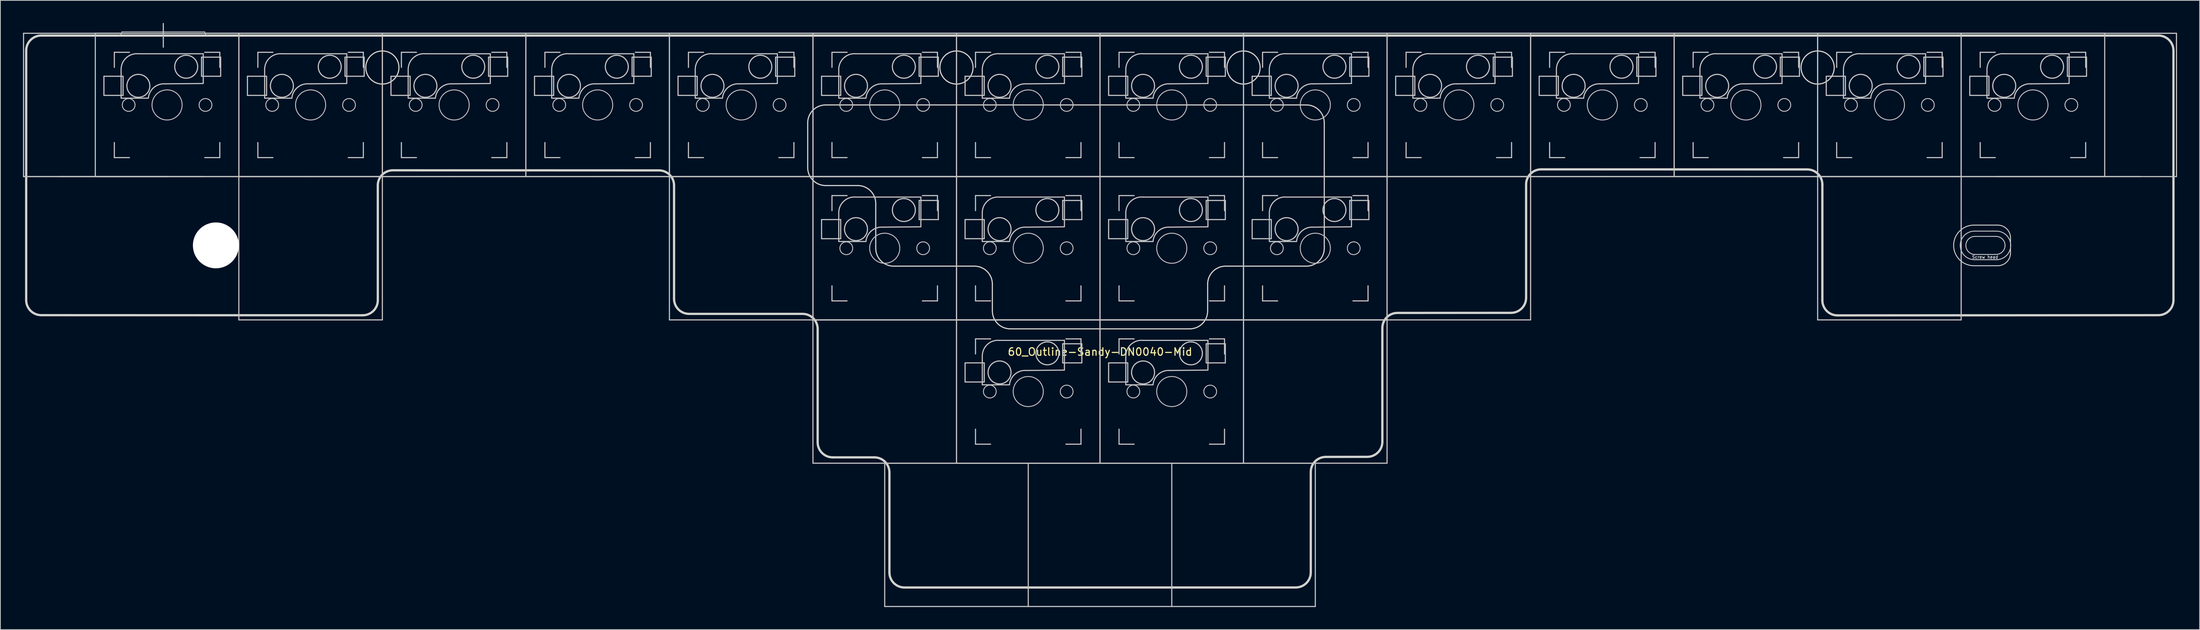
<source format=kicad_pcb>
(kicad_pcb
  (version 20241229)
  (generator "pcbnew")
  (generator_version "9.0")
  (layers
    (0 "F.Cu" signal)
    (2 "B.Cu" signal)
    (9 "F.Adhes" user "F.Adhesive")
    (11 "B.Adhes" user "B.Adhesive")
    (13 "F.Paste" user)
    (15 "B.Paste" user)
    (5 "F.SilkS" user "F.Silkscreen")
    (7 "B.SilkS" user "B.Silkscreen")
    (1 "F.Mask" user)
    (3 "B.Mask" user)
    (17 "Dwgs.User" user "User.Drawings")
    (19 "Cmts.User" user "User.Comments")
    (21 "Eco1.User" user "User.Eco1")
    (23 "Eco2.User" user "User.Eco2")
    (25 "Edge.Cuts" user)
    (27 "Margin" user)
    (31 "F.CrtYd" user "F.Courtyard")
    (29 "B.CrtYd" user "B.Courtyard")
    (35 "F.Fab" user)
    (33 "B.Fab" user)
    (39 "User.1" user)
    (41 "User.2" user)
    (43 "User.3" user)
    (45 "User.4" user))
  (footprint "60_Outline-Sandy-DN0040-Mid"
    (layer "F.Cu")
    (at 142.95 39.475)
    (property "Reference" "60_Outline-Sandy-DN0040-Mid" (at 0 4.25 0) (layer "F.SilkS") (effects (font (size 1 1) (thickness 0.15))))
    (attr through_hole)
    (fp_line (start -142.875 -38.1) (end -123.825 -38.1) (stroke (width 0.15) (type solid)) (layer "Dwgs.User"))
    (fp_line (start -142.875 -19.05) (end -142.875 -38.1) (stroke (width 0.15) (type solid)) (layer "Dwgs.User"))
    (fp_line (start -138.113 -19.05) (end -119.062 -19.05) (stroke (width 0.15) (type solid)) (layer "Dwgs.User"))
    (fp_line (start -133.35 -38.1) (end -114.3 -38.1) (stroke (width 0.15) (type solid)) (layer "Dwgs.User"))
    (fp_line (start -133.35 -19.05) (end -133.35 -38.1) (stroke (width 0.15) (type solid)) (layer "Dwgs.User"))
    (fp_line (start -132.207 -32.385) (end -132.207 -29.845) (stroke (width 0.15) (type solid)) (layer "Dwgs.User"))
    (fp_line (start -132.207 -29.845) (end -129.667 -29.845) (stroke (width 0.15) (type solid)) (layer "Dwgs.User"))
    (fp_line (start -130.825 -35.575) (end -130.825 -33.575) (stroke (width 0.15) (type solid)) (layer "Dwgs.User"))
    (fp_line (start -130.825 -23.575) (end -130.825 -21.575) (stroke (width 0.15) (type solid)) (layer "Dwgs.User"))
    (fp_line (start -130.825 -21.575) (end -128.825 -21.575) (stroke (width 0.15) (type solid)) (layer "Dwgs.User"))
    (fp_line (start -129.925 -33.425) (end -129.925 -29.48) (stroke (width 0.15) (type solid)) (layer "Dwgs.User"))
    (fp_line (start -129.925 -29.471) (end -126.315 -29.471) (stroke (width 0.15) (type solid)) (layer "Dwgs.User"))
    (fp_line (start -129.825 -38.3) (end -118.825 -38.3) (stroke (width 0.1) (type solid)) (layer "Dwgs.User"))
    (fp_line (start -129.667 -32.385) (end -132.207 -32.385) (stroke (width 0.15) (type solid)) (layer "Dwgs.User"))
    (fp_line (start -129.667 -29.845) (end -129.667 -32.385) (stroke (width 0.15) (type solid)) (layer "Dwgs.User"))
    (fp_line (start -128.825 -35.575) (end -130.825 -35.575) (stroke (width 0.15) (type solid)) (layer "Dwgs.User"))
    (fp_line (start -124.325 -39.4) (end -124.325 -36.25) (stroke (width 0.15) (type solid)) (layer "Dwgs.User"))
    (fp_line (start -123.825 -38.1) (end -104.775 -38.1) (stroke (width 0.15) (type solid)) (layer "Dwgs.User"))
    (fp_line (start -123.825 -19.05) (end -142.875 -19.05) (stroke (width 0.15) (type solid)) (layer "Dwgs.User"))
    (fp_line (start -123.825 -19.05) (end -142.875 -19.05) (stroke (width 0.15) (type solid)) (layer "Dwgs.User"))
    (fp_line (start -119.253 -34.925) (end -116.713 -34.925) (stroke (width 0.15) (type solid)) (layer "Dwgs.User"))
    (fp_line (start -119.253 -32.385) (end -119.253 -34.925) (stroke (width 0.15) (type solid)) (layer "Dwgs.User"))
    (fp_line (start -119.025 -35.379) (end -127.65 -35.379) (stroke (width 0.15) (type solid)) (layer "Dwgs.User"))
    (fp_line (start -119.025 -31.471) (end -119.025 -35.379) (stroke (width 0.15) (type solid)) (layer "Dwgs.User"))
    (fp_line (start -119.025 -31.425) (end -124.075 -31.379) (stroke (width 0.15) (type solid)) (layer "Dwgs.User"))
    (fp_line (start -118.825 -35.575) (end -116.825 -35.575) (stroke (width 0.15) (type solid)) (layer "Dwgs.User"))
    (fp_line (start -118.825 -21.575) (end -116.825 -21.575) (stroke (width 0.15) (type solid)) (layer "Dwgs.User"))
    (fp_line (start -116.825 -35.575) (end -116.825 -33.575) (stroke (width 0.15) (type solid)) (layer "Dwgs.User"))
    (fp_line (start -116.825 -21.575) (end -116.825 -23.575) (stroke (width 0.15) (type solid)) (layer "Dwgs.User"))
    (fp_line (start -116.713 -34.925) (end -116.713 -32.385) (stroke (width 0.15) (type solid)) (layer "Dwgs.User"))
    (fp_line (start -116.713 -32.385) (end -119.253 -32.385) (stroke (width 0.15) (type solid)) (layer "Dwgs.User"))
    (fp_line (start -114.3 -38.1) (end -114.3 -19.05) (stroke (width 0.15) (type solid)) (layer "Dwgs.User"))
    (fp_line (start -114.3 -38.1) (end -95.25 -38.1) (stroke (width 0.15) (type solid)) (layer "Dwgs.User"))
    (fp_line (start -114.3 -19.05) (end -133.35 -19.05) (stroke (width 0.15) (type solid)) (layer "Dwgs.User"))
    (fp_line (start -114.3 -19.05) (end -114.3 -38.1) (stroke (width 0.15) (type solid)) (layer "Dwgs.User"))
    (fp_line (start -114.3 -19.05) (end -95.25 -19.05) (stroke (width 0.15) (type solid)) (layer "Dwgs.User"))
    (fp_line (start -114.3 0) (end -114.3 -19.05) (stroke (width 0.15) (type solid)) (layer "Dwgs.User"))
    (fp_line (start -113.157 -32.385) (end -113.157 -29.845) (stroke (width 0.15) (type solid)) (layer "Dwgs.User"))
    (fp_line (start -113.157 -29.845) (end -110.617 -29.845) (stroke (width 0.15) (type solid)) (layer "Dwgs.User"))
    (fp_line (start -111.775 -35.575) (end -111.775 -33.575) (stroke (width 0.15) (type solid)) (layer "Dwgs.User"))
    (fp_line (start -111.775 -23.575) (end -111.775 -21.575) (stroke (width 0.15) (type solid)) (layer "Dwgs.User"))
    (fp_line (start -111.775 -21.575) (end -109.775 -21.575) (stroke (width 0.15) (type solid)) (layer "Dwgs.User"))
    (fp_line (start -110.875 -33.425) (end -110.875 -29.48) (stroke (width 0.15) (type solid)) (layer "Dwgs.User"))
    (fp_line (start -110.875 -29.471) (end -107.265 -29.471) (stroke (width 0.15) (type solid)) (layer "Dwgs.User"))
    (fp_line (start -110.617 -32.385) (end -113.157 -32.385) (stroke (width 0.15) (type solid)) (layer "Dwgs.User"))
    (fp_line (start -110.617 -29.845) (end -110.617 -32.385) (stroke (width 0.15) (type solid)) (layer "Dwgs.User"))
    (fp_line (start -109.775 -35.575) (end -111.775 -35.575) (stroke (width 0.15) (type solid)) (layer "Dwgs.User"))
    (fp_line (start -104.775 -38.1) (end -85.725 -38.1) (stroke (width 0.15) (type solid)) (layer "Dwgs.User"))
    (fp_line (start -104.775 -19.05) (end -123.825 -19.05) (stroke (width 0.15) (type solid)) (layer "Dwgs.User"))
    (fp_line (start -100.203 -34.925) (end -97.663 -34.925) (stroke (width 0.15) (type solid)) (layer "Dwgs.User"))
    (fp_line (start -100.203 -32.385) (end -100.203 -34.925) (stroke (width 0.15) (type solid)) (layer "Dwgs.User"))
    (fp_line (start -99.975 -35.379) (end -108.6 -35.379) (stroke (width 0.15) (type solid)) (layer "Dwgs.User"))
    (fp_line (start -99.975 -31.471) (end -99.975 -35.379) (stroke (width 0.15) (type solid)) (layer "Dwgs.User"))
    (fp_line (start -99.975 -31.425) (end -105.025 -31.379) (stroke (width 0.15) (type solid)) (layer "Dwgs.User"))
    (fp_line (start -99.775 -35.575) (end -97.775 -35.575) (stroke (width 0.15) (type solid)) (layer "Dwgs.User"))
    (fp_line (start -99.775 -21.575) (end -97.775 -21.575) (stroke (width 0.15) (type solid)) (layer "Dwgs.User"))
    (fp_line (start -97.775 -35.575) (end -97.775 -33.575) (stroke (width 0.15) (type solid)) (layer "Dwgs.User"))
    (fp_line (start -97.775 -21.575) (end -97.775 -23.575) (stroke (width 0.15) (type solid)) (layer "Dwgs.User"))
    (fp_line (start -97.663 -34.925) (end -97.663 -32.385) (stroke (width 0.15) (type solid)) (layer "Dwgs.User"))
    (fp_line (start -97.663 -32.385) (end -100.203 -32.385) (stroke (width 0.15) (type solid)) (layer "Dwgs.User"))
    (fp_line (start -95.25 -38.1) (end -95.25 -19.05) (stroke (width 0.15) (type solid)) (layer "Dwgs.User"))
    (fp_line (start -95.25 -38.1) (end -76.2 -38.1) (stroke (width 0.15) (type solid)) (layer "Dwgs.User"))
    (fp_line (start -95.25 -19.05) (end -114.3 -19.05) (stroke (width 0.15) (type solid)) (layer "Dwgs.User"))
    (fp_line (start -95.25 -19.05) (end -95.25 -38.1) (stroke (width 0.15) (type solid)) (layer "Dwgs.User"))
    (fp_line (start -95.25 -19.05) (end -95.25 0) (stroke (width 0.15) (type solid)) (layer "Dwgs.User"))
    (fp_line (start -95.25 0) (end -114.3 0) (stroke (width 0.15) (type solid)) (layer "Dwgs.User"))
    (fp_line (start -94.107 -32.385) (end -94.107 -29.845) (stroke (width 0.15) (type solid)) (layer "Dwgs.User"))
    (fp_line (start -94.107 -29.845) (end -91.567 -29.845) (stroke (width 0.15) (type solid)) (layer "Dwgs.User"))
    (fp_line (start -92.725 -35.575) (end -92.725 -33.575) (stroke (width 0.15) (type solid)) (layer "Dwgs.User"))
    (fp_line (start -92.725 -23.575) (end -92.725 -21.575) (stroke (width 0.15) (type solid)) (layer "Dwgs.User"))
    (fp_line (start -92.725 -21.575) (end -90.725 -21.575) (stroke (width 0.15) (type solid)) (layer "Dwgs.User"))
    (fp_line (start -91.825 -33.425) (end -91.825 -29.48) (stroke (width 0.15) (type solid)) (layer "Dwgs.User"))
    (fp_line (start -91.825 -29.471) (end -88.215 -29.471) (stroke (width 0.15) (type solid)) (layer "Dwgs.User"))
    (fp_line (start -91.567 -32.385) (end -94.107 -32.385) (stroke (width 0.15) (type solid)) (layer "Dwgs.User"))
    (fp_line (start -91.567 -29.845) (end -91.567 -32.385) (stroke (width 0.15) (type solid)) (layer "Dwgs.User"))
    (fp_line (start -90.725 -35.575) (end -92.725 -35.575) (stroke (width 0.15) (type solid)) (layer "Dwgs.User"))
    (fp_line (start -85.725 -38.1) (end -66.675 -38.1) (stroke (width 0.15) (type solid)) (layer "Dwgs.User"))
    (fp_line (start -85.725 -19.05) (end -104.775 -19.05) (stroke (width 0.15) (type solid)) (layer "Dwgs.User"))
    (fp_line (start -81.153 -34.925) (end -78.613 -34.925) (stroke (width 0.15) (type solid)) (layer "Dwgs.User"))
    (fp_line (start -81.153 -32.385) (end -81.153 -34.925) (stroke (width 0.15) (type solid)) (layer "Dwgs.User"))
    (fp_line (start -80.925 -35.379) (end -89.55 -35.379) (stroke (width 0.15) (type solid)) (layer "Dwgs.User"))
    (fp_line (start -80.925 -31.471) (end -80.925 -35.379) (stroke (width 0.15) (type solid)) (layer "Dwgs.User"))
    (fp_line (start -80.925 -31.425) (end -85.975 -31.379) (stroke (width 0.15) (type solid)) (layer "Dwgs.User"))
    (fp_line (start -80.725 -35.575) (end -78.725 -35.575) (stroke (width 0.15) (type solid)) (layer "Dwgs.User"))
    (fp_line (start -80.725 -21.575) (end -78.725 -21.575) (stroke (width 0.15) (type solid)) (layer "Dwgs.User"))
    (fp_line (start -78.725 -35.575) (end -78.725 -33.575) (stroke (width 0.15) (type solid)) (layer "Dwgs.User"))
    (fp_line (start -78.725 -21.575) (end -78.725 -23.575) (stroke (width 0.15) (type solid)) (layer "Dwgs.User"))
    (fp_line (start -78.613 -34.925) (end -78.613 -32.385) (stroke (width 0.15) (type solid)) (layer "Dwgs.User"))
    (fp_line (start -78.613 -32.385) (end -81.153 -32.385) (stroke (width 0.15) (type solid)) (layer "Dwgs.User"))
    (fp_line (start -76.2 -38.1) (end -76.2 -19.05) (stroke (width 0.15) (type solid)) (layer "Dwgs.User"))
    (fp_line (start -76.2 -38.1) (end -57.15 -38.1) (stroke (width 0.15) (type solid)) (layer "Dwgs.User"))
    (fp_line (start -76.2 -19.05) (end -95.25 -19.05) (stroke (width 0.15) (type solid)) (layer "Dwgs.User"))
    (fp_line (start -76.2 -19.05) (end -76.2 -38.1) (stroke (width 0.15) (type solid)) (layer "Dwgs.User"))
    (fp_line (start -75.057 -32.385) (end -75.057 -29.845) (stroke (width 0.15) (type solid)) (layer "Dwgs.User"))
    (fp_line (start -75.057 -29.845) (end -72.517 -29.845) (stroke (width 0.15) (type solid)) (layer "Dwgs.User"))
    (fp_line (start -73.675 -35.575) (end -73.675 -33.575) (stroke (width 0.15) (type solid)) (layer "Dwgs.User"))
    (fp_line (start -73.675 -23.575) (end -73.675 -21.575) (stroke (width 0.15) (type solid)) (layer "Dwgs.User"))
    (fp_line (start -73.675 -21.575) (end -71.675 -21.575) (stroke (width 0.15) (type solid)) (layer "Dwgs.User"))
    (fp_line (start -72.775 -33.425) (end -72.775 -29.48) (stroke (width 0.15) (type solid)) (layer "Dwgs.User"))
    (fp_line (start -72.775 -29.471) (end -69.165 -29.471) (stroke (width 0.15) (type solid)) (layer "Dwgs.User"))
    (fp_line (start -72.517 -32.385) (end -75.057 -32.385) (stroke (width 0.15) (type solid)) (layer "Dwgs.User"))
    (fp_line (start -72.517 -29.845) (end -72.517 -32.385) (stroke (width 0.15) (type solid)) (layer "Dwgs.User"))
    (fp_line (start -71.675 -35.575) (end -73.675 -35.575) (stroke (width 0.15) (type solid)) (layer "Dwgs.User"))
    (fp_line (start -66.675 -38.1) (end -47.625 -38.1) (stroke (width 0.15) (type solid)) (layer "Dwgs.User"))
    (fp_line (start -66.675 -19.05) (end -85.725 -19.05) (stroke (width 0.15) (type solid)) (layer "Dwgs.User"))
    (fp_line (start -62.103 -34.925) (end -59.563 -34.925) (stroke (width 0.15) (type solid)) (layer "Dwgs.User"))
    (fp_line (start -62.103 -32.385) (end -62.103 -34.925) (stroke (width 0.15) (type solid)) (layer "Dwgs.User"))
    (fp_line (start -61.875 -35.379) (end -70.5 -35.379) (stroke (width 0.15) (type solid)) (layer "Dwgs.User"))
    (fp_line (start -61.875 -31.471) (end -61.875 -35.379) (stroke (width 0.15) (type solid)) (layer "Dwgs.User"))
    (fp_line (start -61.875 -31.425) (end -66.925 -31.379) (stroke (width 0.15) (type solid)) (layer "Dwgs.User"))
    (fp_line (start -61.675 -35.575) (end -59.675 -35.575) (stroke (width 0.15) (type solid)) (layer "Dwgs.User"))
    (fp_line (start -61.675 -21.575) (end -59.675 -21.575) (stroke (width 0.15) (type solid)) (layer "Dwgs.User"))
    (fp_line (start -59.675 -35.575) (end -59.675 -33.575) (stroke (width 0.15) (type solid)) (layer "Dwgs.User"))
    (fp_line (start -59.675 -21.575) (end -59.675 -23.575) (stroke (width 0.15) (type solid)) (layer "Dwgs.User"))
    (fp_line (start -59.563 -34.925) (end -59.563 -32.385) (stroke (width 0.15) (type solid)) (layer "Dwgs.User"))
    (fp_line (start -59.563 -32.385) (end -62.103 -32.385) (stroke (width 0.15) (type solid)) (layer "Dwgs.User"))
    (fp_line (start -57.15 -38.1) (end -57.15 -19.05) (stroke (width 0.15) (type solid)) (layer "Dwgs.User"))
    (fp_line (start -57.15 -38.1) (end -38.1 -38.1) (stroke (width 0.15) (type solid)) (layer "Dwgs.User"))
    (fp_line (start -57.15 -19.05) (end -76.2 -19.05) (stroke (width 0.15) (type solid)) (layer "Dwgs.User"))
    (fp_line (start -57.15 -19.05) (end -57.15 -38.1) (stroke (width 0.15) (type solid)) (layer "Dwgs.User"))
    (fp_line (start -57.15 -19.05) (end -38.1 -19.05) (stroke (width 0.15) (type solid)) (layer "Dwgs.User"))
    (fp_line (start -57.15 0) (end -57.15 -19.05) (stroke (width 0.15) (type solid)) (layer "Dwgs.User"))
    (fp_line (start -56.007 -32.385) (end -56.007 -29.845) (stroke (width 0.15) (type solid)) (layer "Dwgs.User"))
    (fp_line (start -56.007 -29.845) (end -53.467 -29.845) (stroke (width 0.15) (type solid)) (layer "Dwgs.User"))
    (fp_line (start -54.625 -35.575) (end -54.625 -33.575) (stroke (width 0.15) (type solid)) (layer "Dwgs.User"))
    (fp_line (start -54.625 -23.575) (end -54.625 -21.575) (stroke (width 0.15) (type solid)) (layer "Dwgs.User"))
    (fp_line (start -54.625 -21.575) (end -52.625 -21.575) (stroke (width 0.15) (type solid)) (layer "Dwgs.User"))
    (fp_line (start -53.725 -33.425) (end -53.725 -29.48) (stroke (width 0.15) (type solid)) (layer "Dwgs.User"))
    (fp_line (start -53.725 -29.471) (end -50.115 -29.471) (stroke (width 0.15) (type solid)) (layer "Dwgs.User"))
    (fp_line (start -53.467 -32.385) (end -56.007 -32.385) (stroke (width 0.15) (type solid)) (layer "Dwgs.User"))
    (fp_line (start -53.467 -29.845) (end -53.467 -32.385) (stroke (width 0.15) (type solid)) (layer "Dwgs.User"))
    (fp_line (start -52.625 -35.575) (end -54.625 -35.575) (stroke (width 0.15) (type solid)) (layer "Dwgs.User"))
    (fp_line (start -47.625 -38.1) (end -28.575 -38.1) (stroke (width 0.15) (type solid)) (layer "Dwgs.User"))
    (fp_line (start -47.625 -19.05) (end -66.675 -19.05) (stroke (width 0.15) (type solid)) (layer "Dwgs.User"))
    (fp_line (start -43.053 -34.925) (end -40.513 -34.925) (stroke (width 0.15) (type solid)) (layer "Dwgs.User"))
    (fp_line (start -43.053 -32.385) (end -43.053 -34.925) (stroke (width 0.15) (type solid)) (layer "Dwgs.User"))
    (fp_line (start -42.825 -35.379) (end -51.45 -35.379) (stroke (width 0.15) (type solid)) (layer "Dwgs.User"))
    (fp_line (start -42.825 -31.471) (end -42.825 -35.379) (stroke (width 0.15) (type solid)) (layer "Dwgs.User"))
    (fp_line (start -42.825 -31.425) (end -47.875 -31.379) (stroke (width 0.15) (type solid)) (layer "Dwgs.User"))
    (fp_line (start -42.625 -35.575) (end -40.625 -35.575) (stroke (width 0.15) (type solid)) (layer "Dwgs.User"))
    (fp_line (start -42.625 -21.575) (end -40.625 -21.575) (stroke (width 0.15) (type solid)) (layer "Dwgs.User"))
    (fp_line (start -40.625 -35.575) (end -40.625 -33.575) (stroke (width 0.15) (type solid)) (layer "Dwgs.User"))
    (fp_line (start -40.625 -21.575) (end -40.625 -23.575) (stroke (width 0.15) (type solid)) (layer "Dwgs.User"))
    (fp_line (start -40.513 -34.925) (end -40.513 -32.385) (stroke (width 0.15) (type solid)) (layer "Dwgs.User"))
    (fp_line (start -40.513 -32.385) (end -43.053 -32.385) (stroke (width 0.15) (type solid)) (layer "Dwgs.User"))
    (fp_line (start -38.1 -38.1) (end -38.1 -19.05) (stroke (width 0.15) (type solid)) (layer "Dwgs.User"))
    (fp_line (start -38.1 -38.1) (end -19.05 -38.1) (stroke (width 0.15) (type solid)) (layer "Dwgs.User"))
    (fp_line (start -38.1 -19.05) (end -57.15 -19.05) (stroke (width 0.15) (type solid)) (layer "Dwgs.User"))
    (fp_line (start -38.1 -19.05) (end -38.1 -38.1) (stroke (width 0.15) (type solid)) (layer "Dwgs.User"))
    (fp_line (start -38.1 -19.05) (end -19.05 -19.05) (stroke (width 0.15) (type solid)) (layer "Dwgs.User"))
    (fp_line (start -38.1 -19.05) (end -19.05 -19.05) (stroke (width 0.15) (type solid)) (layer "Dwgs.User"))
    (fp_line (start -38.1 0) (end -57.15 0) (stroke (width 0.15) (type solid)) (layer "Dwgs.User"))
    (fp_line (start -38.1 0) (end -38.1 -19.05) (stroke (width 0.15) (type solid)) (layer "Dwgs.User"))
    (fp_line (start -38.1 0) (end -38.1 -19.05) (stroke (width 0.15) (type solid)) (layer "Dwgs.User"))
    (fp_line (start -38.1 0) (end -19.05 0) (stroke (width 0.15) (type solid)) (layer "Dwgs.User"))
    (fp_line (start -38.1 19.05) (end -38.1 0) (stroke (width 0.15) (type solid)) (layer "Dwgs.User"))
    (fp_line (start -36.957 -32.385) (end -36.957 -29.845) (stroke (width 0.15) (type solid)) (layer "Dwgs.User"))
    (fp_line (start -36.957 -29.845) (end -34.417 -29.845) (stroke (width 0.15) (type solid)) (layer "Dwgs.User"))
    (fp_line (start -36.957 -13.335) (end -36.957 -10.795) (stroke (width 0.15) (type solid)) (layer "Dwgs.User"))
    (fp_line (start -36.957 -10.795) (end -34.417 -10.795) (stroke (width 0.15) (type solid)) (layer "Dwgs.User"))
    (fp_line (start -35.575 -35.575) (end -35.575 -33.575) (stroke (width 0.15) (type solid)) (layer "Dwgs.User"))
    (fp_line (start -35.575 -23.575) (end -35.575 -21.575) (stroke (width 0.15) (type solid)) (layer "Dwgs.User"))
    (fp_line (start -35.575 -21.575) (end -33.575 -21.575) (stroke (width 0.15) (type solid)) (layer "Dwgs.User"))
    (fp_line (start -35.575 -16.525) (end -35.575 -14.525) (stroke (width 0.15) (type solid)) (layer "Dwgs.User"))
    (fp_line (start -35.575 -4.525) (end -35.575 -2.525) (stroke (width 0.15) (type solid)) (layer "Dwgs.User"))
    (fp_line (start -35.575 -2.525) (end -33.575 -2.525) (stroke (width 0.15) (type solid)) (layer "Dwgs.User"))
    (fp_line (start -34.675 -33.425) (end -34.675 -29.48) (stroke (width 0.15) (type solid)) (layer "Dwgs.User"))
    (fp_line (start -34.675 -29.471) (end -31.065 -29.471) (stroke (width 0.15) (type solid)) (layer "Dwgs.User"))
    (fp_line (start -34.675 -14.375) (end -34.675 -10.43) (stroke (width 0.15) (type solid)) (layer "Dwgs.User"))
    (fp_line (start -34.675 -10.421) (end -31.065 -10.421) (stroke (width 0.15) (type solid)) (layer "Dwgs.User"))
    (fp_line (start -34.417 -32.385) (end -36.957 -32.385) (stroke (width 0.15) (type solid)) (layer "Dwgs.User"))
    (fp_line (start -34.417 -29.845) (end -34.417 -32.385) (stroke (width 0.15) (type solid)) (layer "Dwgs.User"))
    (fp_line (start -34.417 -13.335) (end -36.957 -13.335) (stroke (width 0.15) (type solid)) (layer "Dwgs.User"))
    (fp_line (start -34.417 -10.795) (end -34.417 -13.335) (stroke (width 0.15) (type solid)) (layer "Dwgs.User"))
    (fp_line (start -33.575 -35.575) (end -35.575 -35.575) (stroke (width 0.15) (type solid)) (layer "Dwgs.User"))
    (fp_line (start -33.575 -16.525) (end -35.575 -16.525) (stroke (width 0.15) (type solid)) (layer "Dwgs.User"))
    (fp_line (start -28.575 -38.1) (end -9.525 -38.1) (stroke (width 0.15) (type solid)) (layer "Dwgs.User"))
    (fp_line (start -28.575 -19.05) (end -47.625 -19.05) (stroke (width 0.15) (type solid)) (layer "Dwgs.User"))
    (fp_line (start -28.575 19.05) (end -9.525 19.05) (stroke (width 0.15) (type solid)) (layer "Dwgs.User"))
    (fp_line (start -28.575 38.1) (end -28.575 19.05) (stroke (width 0.15) (type solid)) (layer "Dwgs.User"))
    (fp_line (start -24.003 -34.925) (end -21.463 -34.925) (stroke (width 0.15) (type solid)) (layer "Dwgs.User"))
    (fp_line (start -24.003 -32.385) (end -24.003 -34.925) (stroke (width 0.15) (type solid)) (layer "Dwgs.User"))
    (fp_line (start -24.003 -15.875) (end -21.463 -15.875) (stroke (width 0.15) (type solid)) (layer "Dwgs.User"))
    (fp_line (start -24.003 -13.335) (end -24.003 -15.875) (stroke (width 0.15) (type solid)) (layer "Dwgs.User"))
    (fp_line (start -23.775 -35.379) (end -32.4 -35.379) (stroke (width 0.15) (type solid)) (layer "Dwgs.User"))
    (fp_line (start -23.775 -31.471) (end -23.775 -35.379) (stroke (width 0.15) (type solid)) (layer "Dwgs.User"))
    (fp_line (start -23.775 -31.425) (end -28.825 -31.379) (stroke (width 0.15) (type solid)) (layer "Dwgs.User"))
    (fp_line (start -23.775 -16.329) (end -32.4 -16.329) (stroke (width 0.15) (type solid)) (layer "Dwgs.User"))
    (fp_line (start -23.775 -12.421) (end -23.775 -16.329) (stroke (width 0.15) (type solid)) (layer "Dwgs.User"))
    (fp_line (start -23.775 -12.375) (end -28.825 -12.329) (stroke (width 0.15) (type solid)) (layer "Dwgs.User"))
    (fp_line (start -23.575 -35.575) (end -21.575 -35.575) (stroke (width 0.15) (type solid)) (layer "Dwgs.User"))
    (fp_line (start -23.575 -21.575) (end -21.575 -21.575) (stroke (width 0.15) (type solid)) (layer "Dwgs.User"))
    (fp_line (start -23.575 -16.525) (end -21.575 -16.525) (stroke (width 0.15) (type solid)) (layer "Dwgs.User"))
    (fp_line (start -23.575 -2.525) (end -21.575 -2.525) (stroke (width 0.15) (type solid)) (layer "Dwgs.User"))
    (fp_line (start -21.575 -35.575) (end -21.575 -33.575) (stroke (width 0.15) (type solid)) (layer "Dwgs.User"))
    (fp_line (start -21.575 -21.575) (end -21.575 -23.575) (stroke (width 0.15) (type solid)) (layer "Dwgs.User"))
    (fp_line (start -21.575 -16.525) (end -21.575 -14.525) (stroke (width 0.15) (type solid)) (layer "Dwgs.User"))
    (fp_line (start -21.575 -2.525) (end -21.575 -4.525) (stroke (width 0.15) (type solid)) (layer "Dwgs.User"))
    (fp_line (start -21.463 -34.925) (end -21.463 -32.385) (stroke (width 0.15) (type solid)) (layer "Dwgs.User"))
    (fp_line (start -21.463 -32.385) (end -24.003 -32.385) (stroke (width 0.15) (type solid)) (layer "Dwgs.User"))
    (fp_line (start -21.463 -15.875) (end -21.463 -13.335) (stroke (width 0.15) (type solid)) (layer "Dwgs.User"))
    (fp_line (start -21.463 -13.335) (end -24.003 -13.335) (stroke (width 0.15) (type solid)) (layer "Dwgs.User"))
    (fp_line (start -19.05 -38.1) (end -19.05 -19.05) (stroke (width 0.15) (type solid)) (layer "Dwgs.User"))
    (fp_line (start -19.05 -38.1) (end 0 -38.1) (stroke (width 0.15) (type solid)) (layer "Dwgs.User"))
    (fp_line (start -19.05 -19.05) (end -38.1 -19.05) (stroke (width 0.15) (type solid)) (layer "Dwgs.User"))
    (fp_line (start -19.05 -19.05) (end -19.05 -38.1) (stroke (width 0.15) (type solid)) (layer "Dwgs.User"))
    (fp_line (start -19.05 -19.05) (end -19.05 0) (stroke (width 0.15) (type solid)) (layer "Dwgs.User"))
    (fp_line (start -19.05 -19.05) (end -19.05 0) (stroke (width 0.15) (type solid)) (layer "Dwgs.User"))
    (fp_line (start -19.05 -19.05) (end 0 -19.05) (stroke (width 0.15) (type solid)) (layer "Dwgs.User"))
    (fp_line (start -19.05 -19.05) (end 0 -19.05) (stroke (width 0.15) (type solid)) (layer "Dwgs.User"))
    (fp_line (start -19.05 0) (end -38.1 0) (stroke (width 0.15) (type solid)) (layer "Dwgs.User"))
    (fp_line (start -19.05 0) (end -38.1 0) (stroke (width 0.15) (type solid)) (layer "Dwgs.User"))
    (fp_line (start -19.05 0) (end -19.05 -19.05) (stroke (width 0.15) (type solid)) (layer "Dwgs.User"))
    (fp_line (start -19.05 0) (end 0 0) (stroke (width 0.15) (type solid)) (layer "Dwgs.User"))
    (fp_line (start -19.05 0) (end 0 0) (stroke (width 0.15) (type solid)) (layer "Dwgs.User"))
    (fp_line (start -19.05 19.05) (end -38.1 19.05) (stroke (width 0.15) (type solid)) (layer "Dwgs.User"))
    (fp_line (start -19.05 19.05) (end -19.05 0) (stroke (width 0.15) (type solid)) (layer "Dwgs.User"))
    (fp_line (start -19.05 19.05) (end -19.05 0) (stroke (width 0.15) (type solid)) (layer "Dwgs.User"))
    (fp_line (start -17.907 -32.385) (end -17.907 -29.845) (stroke (width 0.15) (type solid)) (layer "Dwgs.User"))
    (fp_line (start -17.907 -29.845) (end -15.367 -29.845) (stroke (width 0.15) (type solid)) (layer "Dwgs.User"))
    (fp_line (start -17.907 -13.335) (end -17.907 -10.795) (stroke (width 0.15) (type solid)) (layer "Dwgs.User"))
    (fp_line (start -17.907 -10.795) (end -15.367 -10.795) (stroke (width 0.15) (type solid)) (layer "Dwgs.User"))
    (fp_line (start -17.907 5.715) (end -17.907 8.255) (stroke (width 0.15) (type solid)) (layer "Dwgs.User"))
    (fp_line (start -17.907 8.255) (end -15.367 8.255) (stroke (width 0.15) (type solid)) (layer "Dwgs.User"))
    (fp_line (start -16.525 -35.575) (end -16.525 -33.575) (stroke (width 0.15) (type solid)) (layer "Dwgs.User"))
    (fp_line (start -16.525 -23.575) (end -16.525 -21.575) (stroke (width 0.15) (type solid)) (layer "Dwgs.User"))
    (fp_line (start -16.525 -21.575) (end -14.525 -21.575) (stroke (width 0.15) (type solid)) (layer "Dwgs.User"))
    (fp_line (start -16.525 -16.525) (end -16.525 -14.525) (stroke (width 0.15) (type solid)) (layer "Dwgs.User"))
    (fp_line (start -16.525 -4.525) (end -16.525 -2.525) (stroke (width 0.15) (type solid)) (layer "Dwgs.User"))
    (fp_line (start -16.525 -2.525) (end -14.525 -2.525) (stroke (width 0.15) (type solid)) (layer "Dwgs.User"))
    (fp_line (start -16.525 2.525) (end -16.525 4.525) (stroke (width 0.15) (type solid)) (layer "Dwgs.User"))
    (fp_line (start -16.525 14.525) (end -16.525 16.525) (stroke (width 0.15) (type solid)) (layer "Dwgs.User"))
    (fp_line (start -16.525 16.525) (end -14.525 16.525) (stroke (width 0.15) (type solid)) (layer "Dwgs.User"))
    (fp_line (start -15.625 -33.425) (end -15.625 -29.48) (stroke (width 0.15) (type solid)) (layer "Dwgs.User"))
    (fp_line (start -15.625 -29.471) (end -12.015 -29.471) (stroke (width 0.15) (type solid)) (layer "Dwgs.User"))
    (fp_line (start -15.625 -14.375) (end -15.625 -10.43) (stroke (width 0.15) (type solid)) (layer "Dwgs.User"))
    (fp_line (start -15.625 -10.421) (end -12.015 -10.421) (stroke (width 0.15) (type solid)) (layer "Dwgs.User"))
    (fp_line (start -15.625 4.675) (end -15.625 8.62) (stroke (width 0.15) (type solid)) (layer "Dwgs.User"))
    (fp_line (start -15.625 8.629) (end -12.015 8.629) (stroke (width 0.15) (type solid)) (layer "Dwgs.User"))
    (fp_line (start -15.367 -32.385) (end -17.907 -32.385) (stroke (width 0.15) (type solid)) (layer "Dwgs.User"))
    (fp_line (start -15.367 -29.845) (end -15.367 -32.385) (stroke (width 0.15) (type solid)) (layer "Dwgs.User"))
    (fp_line (start -15.367 -13.335) (end -17.907 -13.335) (stroke (width 0.15) (type solid)) (layer "Dwgs.User"))
    (fp_line (start -15.367 -10.795) (end -15.367 -13.335) (stroke (width 0.15) (type solid)) (layer "Dwgs.User"))
    (fp_line (start -15.367 5.715) (end -17.907 5.715) (stroke (width 0.15) (type solid)) (layer "Dwgs.User"))
    (fp_line (start -15.367 8.255) (end -15.367 5.715) (stroke (width 0.15) (type solid)) (layer "Dwgs.User"))
    (fp_line (start -14.525 -35.575) (end -16.525 -35.575) (stroke (width 0.15) (type solid)) (layer "Dwgs.User"))
    (fp_line (start -14.525 -16.525) (end -16.525 -16.525) (stroke (width 0.15) (type solid)) (layer "Dwgs.User"))
    (fp_line (start -14.525 2.525) (end -16.525 2.525) (stroke (width 0.15) (type solid)) (layer "Dwgs.User"))
    (fp_line (start -9.525 -38.1) (end 9.525 -38.1) (stroke (width 0.15) (type solid)) (layer "Dwgs.User"))
    (fp_line (start -9.525 -19.05) (end -28.575 -19.05) (stroke (width 0.15) (type solid)) (layer "Dwgs.User"))
    (fp_line (start -9.525 19.05) (end 9.525 19.05) (stroke (width 0.15) (type solid)) (layer "Dwgs.User"))
    (fp_line (start -9.525 38.1) (end -28.575 38.1) (stroke (width 0.15) (type solid)) (layer "Dwgs.User"))
    (fp_line (start -9.525 38.1) (end -9.525 19.05) (stroke (width 0.15) (type solid)) (layer "Dwgs.User"))
    (fp_line (start -4.953 -34.925) (end -2.413 -34.925) (stroke (width 0.15) (type solid)) (layer "Dwgs.User"))
    (fp_line (start -4.953 -32.385) (end -4.953 -34.925) (stroke (width 0.15) (type solid)) (layer "Dwgs.User"))
    (fp_line (start -4.953 -15.875) (end -2.413 -15.875) (stroke (width 0.15) (type solid)) (layer "Dwgs.User"))
    (fp_line (start -4.953 -13.335) (end -4.953 -15.875) (stroke (width 0.15) (type solid)) (layer "Dwgs.User"))
    (fp_line (start -4.953 3.175) (end -2.413 3.175) (stroke (width 0.15) (type solid)) (layer "Dwgs.User"))
    (fp_line (start -4.953 5.715) (end -4.953 3.175) (stroke (width 0.15) (type solid)) (layer "Dwgs.User"))
    (fp_line (start -4.725 -35.379) (end -13.35 -35.379) (stroke (width 0.15) (type solid)) (layer "Dwgs.User"))
    (fp_line (start -4.725 -31.471) (end -4.725 -35.379) (stroke (width 0.15) (type solid)) (layer "Dwgs.User"))
    (fp_line (start -4.725 -31.425) (end -9.775 -31.379) (stroke (width 0.15) (type solid)) (layer "Dwgs.User"))
    (fp_line (start -4.725 -16.329) (end -13.35 -16.329) (stroke (width 0.15) (type solid)) (layer "Dwgs.User"))
    (fp_line (start -4.725 -12.421) (end -4.725 -16.329) (stroke (width 0.15) (type solid)) (layer "Dwgs.User"))
    (fp_line (start -4.725 -12.375) (end -9.775 -12.329) (stroke (width 0.15) (type solid)) (layer "Dwgs.User"))
    (fp_line (start -4.725 2.721) (end -13.35 2.721) (stroke (width 0.15) (type solid)) (layer "Dwgs.User"))
    (fp_line (start -4.725 6.629) (end -4.725 2.721) (stroke (width 0.15) (type solid)) (layer "Dwgs.User"))
    (fp_line (start -4.725 6.675) (end -9.775 6.721) (stroke (width 0.15) (type solid)) (layer "Dwgs.User"))
    (fp_line (start -4.525 -35.575) (end -2.525 -35.575) (stroke (width 0.15) (type solid)) (layer "Dwgs.User"))
    (fp_line (start -4.525 -21.575) (end -2.525 -21.575) (stroke (width 0.15) (type solid)) (layer "Dwgs.User"))
    (fp_line (start -4.525 -16.525) (end -2.525 -16.525) (stroke (width 0.15) (type solid)) (layer "Dwgs.User"))
    (fp_line (start -4.525 -2.525) (end -2.525 -2.525) (stroke (width 0.15) (type solid)) (layer "Dwgs.User"))
    (fp_line (start -4.525 2.525) (end -2.525 2.525) (stroke (width 0.15) (type solid)) (layer "Dwgs.User"))
    (fp_line (start -4.525 16.525) (end -2.525 16.525) (stroke (width 0.15) (type solid)) (layer "Dwgs.User"))
    (fp_line (start -2.525 -35.575) (end -2.525 -33.575) (stroke (width 0.15) (type solid)) (layer "Dwgs.User"))
    (fp_line (start -2.525 -21.575) (end -2.525 -23.575) (stroke (width 0.15) (type solid)) (layer "Dwgs.User"))
    (fp_line (start -2.525 -16.525) (end -2.525 -14.525) (stroke (width 0.15) (type solid)) (layer "Dwgs.User"))
    (fp_line (start -2.525 -2.525) (end -2.525 -4.525) (stroke (width 0.15) (type solid)) (layer "Dwgs.User"))
    (fp_line (start -2.525 2.525) (end -2.525 4.525) (stroke (width 0.15) (type solid)) (layer "Dwgs.User"))
    (fp_line (start -2.525 16.525) (end -2.525 14.525) (stroke (width 0.15) (type solid)) (layer "Dwgs.User"))
    (fp_line (start -2.413 -34.925) (end -2.413 -32.385) (stroke (width 0.15) (type solid)) (layer "Dwgs.User"))
    (fp_line (start -2.413 -32.385) (end -4.953 -32.385) (stroke (width 0.15) (type solid)) (layer "Dwgs.User"))
    (fp_line (start -2.413 -15.875) (end -2.413 -13.335) (stroke (width 0.15) (type solid)) (layer "Dwgs.User"))
    (fp_line (start -2.413 -13.335) (end -4.953 -13.335) (stroke (width 0.15) (type solid)) (layer "Dwgs.User"))
    (fp_line (start -2.413 3.175) (end -2.413 5.715) (stroke (width 0.15) (type solid)) (layer "Dwgs.User"))
    (fp_line (start -2.413 5.715) (end -4.953 5.715) (stroke (width 0.15) (type solid)) (layer "Dwgs.User"))
    (fp_line (start 0 -38.1) (end 0 -19.05) (stroke (width 0.15) (type solid)) (layer "Dwgs.User"))
    (fp_line (start 0 -38.1) (end 19.05 -38.1) (stroke (width 0.15) (type solid)) (layer "Dwgs.User"))
    (fp_line (start 0 -19.05) (end -19.05 -19.05) (stroke (width 0.15) (type solid)) (layer "Dwgs.User"))
    (fp_line (start 0 -19.05) (end 0 -38.1) (stroke (width 0.15) (type solid)) (layer "Dwgs.User"))
    (fp_line (start 0 -19.05) (end 0 0) (stroke (width 0.15) (type solid)) (layer "Dwgs.User"))
    (fp_line (start 0 -19.05) (end 0 0) (stroke (width 0.15) (type solid)) (layer "Dwgs.User"))
    (fp_line (start 0 -19.05) (end 19.05 -19.05) (stroke (width 0.15) (type solid)) (layer "Dwgs.User"))
    (fp_line (start 0 -19.05) (end 19.05 -19.05) (stroke (width 0.15) (type solid)) (layer "Dwgs.User"))
    (fp_line (start 0 0) (end -19.05 0) (stroke (width 0.15) (type solid)) (layer "Dwgs.User"))
    (fp_line (start 0 0) (end -19.05 0) (stroke (width 0.15) (type solid)) (layer "Dwgs.User"))
    (fp_line (start 0 0) (end 0 -19.05) (stroke (width 0.15) (type solid)) (layer "Dwgs.User"))
    (fp_line (start 0 0) (end 0 19.05) (stroke (width 0.15) (type solid)) (layer "Dwgs.User"))
    (fp_line (start 0 0) (end 19.05 0) (stroke (width 0.15) (type solid)) (layer "Dwgs.User"))
    (fp_line (start 0 0) (end 19.05 0) (stroke (width 0.15) (type solid)) (layer "Dwgs.User"))
    (fp_line (start 0 19.05) (end -19.05 19.05) (stroke (width 0.15) (type solid)) (layer "Dwgs.User"))
    (fp_line (start 0 19.05) (end -19.05 19.05) (stroke (width 0.15) (type solid)) (layer "Dwgs.User"))
    (fp_line (start 0 19.05) (end 0 0) (stroke (width 0.15) (type solid)) (layer "Dwgs.User"))
    (fp_line (start 0 19.05) (end 0 0) (stroke (width 0.15) (type solid)) (layer "Dwgs.User"))
    (fp_line (start 1.143 -32.385) (end 1.143 -29.845) (stroke (width 0.15) (type solid)) (layer "Dwgs.User"))
    (fp_line (start 1.143 -29.845) (end 3.683 -29.845) (stroke (width 0.15) (type solid)) (layer "Dwgs.User"))
    (fp_line (start 1.143 -13.335) (end 1.143 -10.795) (stroke (width 0.15) (type solid)) (layer "Dwgs.User"))
    (fp_line (start 1.143 -10.795) (end 3.683 -10.795) (stroke (width 0.15) (type solid)) (layer "Dwgs.User"))
    (fp_line (start 1.143 5.715) (end 1.143 8.255) (stroke (width 0.15) (type solid)) (layer "Dwgs.User"))
    (fp_line (start 1.143 8.255) (end 3.683 8.255) (stroke (width 0.15) (type solid)) (layer "Dwgs.User"))
    (fp_line (start 2.525 -35.575) (end 2.525 -33.575) (stroke (width 0.15) (type solid)) (layer "Dwgs.User"))
    (fp_line (start 2.525 -23.575) (end 2.525 -21.575) (stroke (width 0.15) (type solid)) (layer "Dwgs.User"))
    (fp_line (start 2.525 -21.575) (end 4.525 -21.575) (stroke (width 0.15) (type solid)) (layer "Dwgs.User"))
    (fp_line (start 2.525 -16.525) (end 2.525 -14.525) (stroke (width 0.15) (type solid)) (layer "Dwgs.User"))
    (fp_line (start 2.525 -4.525) (end 2.525 -2.525) (stroke (width 0.15) (type solid)) (layer "Dwgs.User"))
    (fp_line (start 2.525 -2.525) (end 4.525 -2.525) (stroke (width 0.15) (type solid)) (layer "Dwgs.User"))
    (fp_line (start 2.525 2.525) (end 2.525 4.525) (stroke (width 0.15) (type solid)) (layer "Dwgs.User"))
    (fp_line (start 2.525 14.525) (end 2.525 16.525) (stroke (width 0.15) (type solid)) (layer "Dwgs.User"))
    (fp_line (start 2.525 16.525) (end 4.525 16.525) (stroke (width 0.15) (type solid)) (layer "Dwgs.User"))
    (fp_line (start 3.425 -33.425) (end 3.425 -29.48) (stroke (width 0.15) (type solid)) (layer "Dwgs.User"))
    (fp_line (start 3.425 -29.471) (end 7.035 -29.471) (stroke (width 0.15) (type solid)) (layer "Dwgs.User"))
    (fp_line (start 3.425 -14.375) (end 3.425 -10.43) (stroke (width 0.15) (type solid)) (layer "Dwgs.User"))
    (fp_line (start 3.425 -10.421) (end 7.035 -10.421) (stroke (width 0.15) (type solid)) (layer "Dwgs.User"))
    (fp_line (start 3.425 4.675) (end 3.425 8.62) (stroke (width 0.15) (type solid)) (layer "Dwgs.User"))
    (fp_line (start 3.425 8.629) (end 7.035 8.629) (stroke (width 0.15) (type solid)) (layer "Dwgs.User"))
    (fp_line (start 3.683 -32.385) (end 1.143 -32.385) (stroke (width 0.15) (type solid)) (layer "Dwgs.User"))
    (fp_line (start 3.683 -29.845) (end 3.683 -32.385) (stroke (width 0.15) (type solid)) (layer "Dwgs.User"))
    (fp_line (start 3.683 -13.335) (end 1.143 -13.335) (stroke (width 0.15) (type solid)) (layer "Dwgs.User"))
    (fp_line (start 3.683 -10.795) (end 3.683 -13.335) (stroke (width 0.15) (type solid)) (layer "Dwgs.User"))
    (fp_line (start 3.683 5.715) (end 1.143 5.715) (stroke (width 0.15) (type solid)) (layer "Dwgs.User"))
    (fp_line (start 3.683 8.255) (end 3.683 5.715) (stroke (width 0.15) (type solid)) (layer "Dwgs.User"))
    (fp_line (start 4.525 -35.575) (end 2.525 -35.575) (stroke (width 0.15) (type solid)) (layer "Dwgs.User"))
    (fp_line (start 4.525 -16.525) (end 2.525 -16.525) (stroke (width 0.15) (type solid)) (layer "Dwgs.User"))
    (fp_line (start 4.525 2.525) (end 2.525 2.525) (stroke (width 0.15) (type solid)) (layer "Dwgs.User"))
    (fp_line (start 9.525 -38.1) (end 28.575 -38.1) (stroke (width 0.15) (type solid)) (layer "Dwgs.User"))
    (fp_line (start 9.525 -19.05) (end -9.525 -19.05) (stroke (width 0.15) (type solid)) (layer "Dwgs.User"))
    (fp_line (start 9.525 19.05) (end 28.575 19.05) (stroke (width 0.15) (type solid)) (layer "Dwgs.User"))
    (fp_line (start 9.525 38.1) (end -9.525 38.1) (stroke (width 0.15) (type solid)) (layer "Dwgs.User"))
    (fp_line (start 9.525 38.1) (end 9.525 19.05) (stroke (width 0.15) (type solid)) (layer "Dwgs.User"))
    (fp_line (start 14.097 -34.925) (end 16.637 -34.925) (stroke (width 0.15) (type solid)) (layer "Dwgs.User"))
    (fp_line (start 14.097 -32.385) (end 14.097 -34.925) (stroke (width 0.15) (type solid)) (layer "Dwgs.User"))
    (fp_line (start 14.097 -15.875) (end 16.637 -15.875) (stroke (width 0.15) (type solid)) (layer "Dwgs.User"))
    (fp_line (start 14.097 -13.335) (end 14.097 -15.875) (stroke (width 0.15) (type solid)) (layer "Dwgs.User"))
    (fp_line (start 14.097 3.175) (end 16.637 3.175) (stroke (width 0.15) (type solid)) (layer "Dwgs.User"))
    (fp_line (start 14.097 5.715) (end 14.097 3.175) (stroke (width 0.15) (type solid)) (layer "Dwgs.User"))
    (fp_line (start 14.325 -35.379) (end 5.7 -35.379) (stroke (width 0.15) (type solid)) (layer "Dwgs.User"))
    (fp_line (start 14.325 -31.471) (end 14.325 -35.379) (stroke (width 0.15) (type solid)) (layer "Dwgs.User"))
    (fp_line (start 14.325 -31.425) (end 9.275 -31.379) (stroke (width 0.15) (type solid)) (layer "Dwgs.User"))
    (fp_line (start 14.325 -16.329) (end 5.7 -16.329) (stroke (width 0.15) (type solid)) (layer "Dwgs.User"))
    (fp_line (start 14.325 -12.421) (end 14.325 -16.329) (stroke (width 0.15) (type solid)) (layer "Dwgs.User"))
    (fp_line (start 14.325 -12.375) (end 9.275 -12.329) (stroke (width 0.15) (type solid)) (layer "Dwgs.User"))
    (fp_line (start 14.325 2.721) (end 5.7 2.721) (stroke (width 0.15) (type solid)) (layer "Dwgs.User"))
    (fp_line (start 14.325 6.629) (end 14.325 2.721) (stroke (width 0.15) (type solid)) (layer "Dwgs.User"))
    (fp_line (start 14.325 6.675) (end 9.275 6.721) (stroke (width 0.15) (type solid)) (layer "Dwgs.User"))
    (fp_line (start 14.525 -35.575) (end 16.525 -35.575) (stroke (width 0.15) (type solid)) (layer "Dwgs.User"))
    (fp_line (start 14.525 -21.575) (end 16.525 -21.575) (stroke (width 0.15) (type solid)) (layer "Dwgs.User"))
    (fp_line (start 14.525 -16.525) (end 16.525 -16.525) (stroke (width 0.15) (type solid)) (layer "Dwgs.User"))
    (fp_line (start 14.525 -2.525) (end 16.525 -2.525) (stroke (width 0.15) (type solid)) (layer "Dwgs.User"))
    (fp_line (start 14.525 2.525) (end 16.525 2.525) (stroke (width 0.15) (type solid)) (layer "Dwgs.User"))
    (fp_line (start 14.525 16.525) (end 16.525 16.525) (stroke (width 0.15) (type solid)) (layer "Dwgs.User"))
    (fp_line (start 16.525 -35.575) (end 16.525 -33.575) (stroke (width 0.15) (type solid)) (layer "Dwgs.User"))
    (fp_line (start 16.525 -21.575) (end 16.525 -23.575) (stroke (width 0.15) (type solid)) (layer "Dwgs.User"))
    (fp_line (start 16.525 -16.525) (end 16.525 -14.525) (stroke (width 0.15) (type solid)) (layer "Dwgs.User"))
    (fp_line (start 16.525 -2.525) (end 16.525 -4.525) (stroke (width 0.15) (type solid)) (layer "Dwgs.User"))
    (fp_line (start 16.525 2.525) (end 16.525 4.525) (stroke (width 0.15) (type solid)) (layer "Dwgs.User"))
    (fp_line (start 16.525 16.525) (end 16.525 14.525) (stroke (width 0.15) (type solid)) (layer "Dwgs.User"))
    (fp_line (start 16.637 -34.925) (end 16.637 -32.385) (stroke (width 0.15) (type solid)) (layer "Dwgs.User"))
    (fp_line (start 16.637 -32.385) (end 14.097 -32.385) (stroke (width 0.15) (type solid)) (layer "Dwgs.User"))
    (fp_line (start 16.637 -15.875) (end 16.637 -13.335) (stroke (width 0.15) (type solid)) (layer "Dwgs.User"))
    (fp_line (start 16.637 -13.335) (end 14.097 -13.335) (stroke (width 0.15) (type solid)) (layer "Dwgs.User"))
    (fp_line (start 16.637 3.175) (end 16.637 5.715) (stroke (width 0.15) (type solid)) (layer "Dwgs.User"))
    (fp_line (start 16.637 5.715) (end 14.097 5.715) (stroke (width 0.15) (type solid)) (layer "Dwgs.User"))
    (fp_line (start 19.05 -38.1) (end 19.05 -19.05) (stroke (width 0.15) (type solid)) (layer "Dwgs.User"))
    (fp_line (start 19.05 -38.1) (end 38.1 -38.1) (stroke (width 0.15) (type solid)) (layer "Dwgs.User"))
    (fp_line (start 19.05 -19.05) (end 0 -19.05) (stroke (width 0.15) (type solid)) (layer "Dwgs.User"))
    (fp_line (start 19.05 -19.05) (end 19.05 -38.1) (stroke (width 0.15) (type solid)) (layer "Dwgs.User"))
    (fp_line (start 19.05 -19.05) (end 19.05 0) (stroke (width 0.15) (type solid)) (layer "Dwgs.User"))
    (fp_line (start 19.05 -19.05) (end 38.1 -19.05) (stroke (width 0.15) (type solid)) (layer "Dwgs.User"))
    (fp_line (start 19.05 -19.05) (end 38.1 -19.05) (stroke (width 0.15) (type solid)) (layer "Dwgs.User"))
    (fp_line (start 19.05 0) (end 0 0) (stroke (width 0.15) (type solid)) (layer "Dwgs.User"))
    (fp_line (start 19.05 0) (end 0 0) (stroke (width 0.15) (type solid)) (layer "Dwgs.User"))
    (fp_line (start 19.05 0) (end 19.05 -19.05) (stroke (width 0.15) (type solid)) (layer "Dwgs.User"))
    (fp_line (start 19.05 0) (end 19.05 -19.05) (stroke (width 0.15) (type solid)) (layer "Dwgs.User"))
    (fp_line (start 19.05 0) (end 19.05 19.05) (stroke (width 0.15) (type solid)) (layer "Dwgs.User"))
    (fp_line (start 19.05 0) (end 38.1 0) (stroke (width 0.15) (type solid)) (layer "Dwgs.User"))
    (fp_line (start 19.05 19.05) (end 0 19.05) (stroke (width 0.15) (type solid)) (layer "Dwgs.User"))
    (fp_line (start 19.05 19.05) (end 0 19.05) (stroke (width 0.15) (type solid)) (layer "Dwgs.User"))
    (fp_line (start 19.05 19.05) (end 19.05 0) (stroke (width 0.15) (type solid)) (layer "Dwgs.User"))
    (fp_line (start 20.193 -32.385) (end 20.193 -29.845) (stroke (width 0.15) (type solid)) (layer "Dwgs.User"))
    (fp_line (start 20.193 -29.845) (end 22.733 -29.845) (stroke (width 0.15) (type solid)) (layer "Dwgs.User"))
    (fp_line (start 20.193 -13.335) (end 20.193 -10.795) (stroke (width 0.15) (type solid)) (layer "Dwgs.User"))
    (fp_line (start 20.193 -10.795) (end 22.733 -10.795) (stroke (width 0.15) (type solid)) (layer "Dwgs.User"))
    (fp_line (start 21.575 -35.575) (end 21.575 -33.575) (stroke (width 0.15) (type solid)) (layer "Dwgs.User"))
    (fp_line (start 21.575 -23.575) (end 21.575 -21.575) (stroke (width 0.15) (type solid)) (layer "Dwgs.User"))
    (fp_line (start 21.575 -21.575) (end 23.575 -21.575) (stroke (width 0.15) (type solid)) (layer "Dwgs.User"))
    (fp_line (start 21.575 -16.525) (end 21.575 -14.525) (stroke (width 0.15) (type solid)) (layer "Dwgs.User"))
    (fp_line (start 21.575 -4.525) (end 21.575 -2.525) (stroke (width 0.15) (type solid)) (layer "Dwgs.User"))
    (fp_line (start 21.575 -2.525) (end 23.575 -2.525) (stroke (width 0.15) (type solid)) (layer "Dwgs.User"))
    (fp_line (start 22.475 -33.425) (end 22.475 -29.48) (stroke (width 0.15) (type solid)) (layer "Dwgs.User"))
    (fp_line (start 22.475 -29.471) (end 26.085 -29.471) (stroke (width 0.15) (type solid)) (layer "Dwgs.User"))
    (fp_line (start 22.475 -14.375) (end 22.475 -10.43) (stroke (width 0.15) (type solid)) (layer "Dwgs.User"))
    (fp_line (start 22.475 -10.421) (end 26.085 -10.421) (stroke (width 0.15) (type solid)) (layer "Dwgs.User"))
    (fp_line (start 22.733 -32.385) (end 20.193 -32.385) (stroke (width 0.15) (type solid)) (layer "Dwgs.User"))
    (fp_line (start 22.733 -29.845) (end 22.733 -32.385) (stroke (width 0.15) (type solid)) (layer "Dwgs.User"))
    (fp_line (start 22.733 -13.335) (end 20.193 -13.335) (stroke (width 0.15) (type solid)) (layer "Dwgs.User"))
    (fp_line (start 22.733 -10.795) (end 22.733 -13.335) (stroke (width 0.15) (type solid)) (layer "Dwgs.User"))
    (fp_line (start 23.575 -35.575) (end 21.575 -35.575) (stroke (width 0.15) (type solid)) (layer "Dwgs.User"))
    (fp_line (start 23.575 -16.525) (end 21.575 -16.525) (stroke (width 0.15) (type solid)) (layer "Dwgs.User"))
    (fp_line (start 28.575 -38.1) (end 47.625 -38.1) (stroke (width 0.15) (type solid)) (layer "Dwgs.User"))
    (fp_line (start 28.575 -19.05) (end 9.525 -19.05) (stroke (width 0.15) (type solid)) (layer "Dwgs.User"))
    (fp_line (start 28.575 19.05) (end 28.575 38.1) (stroke (width 0.15) (type solid)) (layer "Dwgs.User"))
    (fp_line (start 28.575 38.1) (end 9.525 38.1) (stroke (width 0.15) (type solid)) (layer "Dwgs.User"))
    (fp_line (start 33.147 -34.925) (end 35.687 -34.925) (stroke (width 0.15) (type solid)) (layer "Dwgs.User"))
    (fp_line (start 33.147 -32.385) (end 33.147 -34.925) (stroke (width 0.15) (type solid)) (layer "Dwgs.User"))
    (fp_line (start 33.147 -15.875) (end 35.687 -15.875) (stroke (width 0.15) (type solid)) (layer "Dwgs.User"))
    (fp_line (start 33.147 -13.335) (end 33.147 -15.875) (stroke (width 0.15) (type solid)) (layer "Dwgs.User"))
    (fp_line (start 33.375 -35.379) (end 24.75 -35.379) (stroke (width 0.15) (type solid)) (layer "Dwgs.User"))
    (fp_line (start 33.375 -31.471) (end 33.375 -35.379) (stroke (width 0.15) (type solid)) (layer "Dwgs.User"))
    (fp_line (start 33.375 -31.425) (end 28.325 -31.379) (stroke (width 0.15) (type solid)) (layer "Dwgs.User"))
    (fp_line (start 33.375 -16.329) (end 24.75 -16.329) (stroke (width 0.15) (type solid)) (layer "Dwgs.User"))
    (fp_line (start 33.375 -12.421) (end 33.375 -16.329) (stroke (width 0.15) (type solid)) (layer "Dwgs.User"))
    (fp_line (start 33.375 -12.375) (end 28.325 -12.329) (stroke (width 0.15) (type solid)) (layer "Dwgs.User"))
    (fp_line (start 33.575 -35.575) (end 35.575 -35.575) (stroke (width 0.15) (type solid)) (layer "Dwgs.User"))
    (fp_line (start 33.575 -21.575) (end 35.575 -21.575) (stroke (width 0.15) (type solid)) (layer "Dwgs.User"))
    (fp_line (start 33.575 -16.525) (end 35.575 -16.525) (stroke (width 0.15) (type solid)) (layer "Dwgs.User"))
    (fp_line (start 33.575 -2.525) (end 35.575 -2.525) (stroke (width 0.15) (type solid)) (layer "Dwgs.User"))
    (fp_line (start 35.575 -35.575) (end 35.575 -33.575) (stroke (width 0.15) (type solid)) (layer "Dwgs.User"))
    (fp_line (start 35.575 -21.575) (end 35.575 -23.575) (stroke (width 0.15) (type solid)) (layer "Dwgs.User"))
    (fp_line (start 35.575 -16.525) (end 35.575 -14.525) (stroke (width 0.15) (type solid)) (layer "Dwgs.User"))
    (fp_line (start 35.575 -2.525) (end 35.575 -4.525) (stroke (width 0.15) (type solid)) (layer "Dwgs.User"))
    (fp_line (start 35.687 -34.925) (end 35.687 -32.385) (stroke (width 0.15) (type solid)) (layer "Dwgs.User"))
    (fp_line (start 35.687 -32.385) (end 33.147 -32.385) (stroke (width 0.15) (type solid)) (layer "Dwgs.User"))
    (fp_line (start 35.687 -15.875) (end 35.687 -13.335) (stroke (width 0.15) (type solid)) (layer "Dwgs.User"))
    (fp_line (start 35.687 -13.335) (end 33.147 -13.335) (stroke (width 0.15) (type solid)) (layer "Dwgs.User"))
    (fp_line (start 38.1 -38.1) (end 38.1 -19.05) (stroke (width 0.15) (type solid)) (layer "Dwgs.User"))
    (fp_line (start 38.1 -38.1) (end 57.15 -38.1) (stroke (width 0.15) (type solid)) (layer "Dwgs.User"))
    (fp_line (start 38.1 -19.05) (end 19.05 -19.05) (stroke (width 0.15) (type solid)) (layer "Dwgs.User"))
    (fp_line (start 38.1 -19.05) (end 38.1 -38.1) (stroke (width 0.15) (type solid)) (layer "Dwgs.User"))
    (fp_line (start 38.1 -19.05) (end 38.1 0) (stroke (width 0.15) (type solid)) (layer "Dwgs.User"))
    (fp_line (start 38.1 -19.05) (end 38.1 0) (stroke (width 0.15) (type solid)) (layer "Dwgs.User"))
    (fp_line (start 38.1 -19.05) (end 57.15 -19.05) (stroke (width 0.15) (type solid)) (layer "Dwgs.User"))
    (fp_line (start 38.1 0) (end 19.05 0) (stroke (width 0.15) (type solid)) (layer "Dwgs.User"))
    (fp_line (start 38.1 0) (end 19.05 0) (stroke (width 0.15) (type solid)) (layer "Dwgs.User"))
    (fp_line (start 38.1 0) (end 38.1 19.05) (stroke (width 0.15) (type solid)) (layer "Dwgs.User"))
    (fp_line (start 38.1 19.05) (end 19.05 19.05) (stroke (width 0.15) (type solid)) (layer "Dwgs.User"))
    (fp_line (start 39.243 -32.385) (end 39.243 -29.845) (stroke (width 0.15) (type solid)) (layer "Dwgs.User"))
    (fp_line (start 39.243 -29.845) (end 41.783 -29.845) (stroke (width 0.15) (type solid)) (layer "Dwgs.User"))
    (fp_line (start 40.625 -35.575) (end 40.625 -33.575) (stroke (width 0.15) (type solid)) (layer "Dwgs.User"))
    (fp_line (start 40.625 -23.575) (end 40.625 -21.575) (stroke (width 0.15) (type solid)) (layer "Dwgs.User"))
    (fp_line (start 40.625 -21.575) (end 42.625 -21.575) (stroke (width 0.15) (type solid)) (layer "Dwgs.User"))
    (fp_line (start 41.525 -33.425) (end 41.525 -29.48) (stroke (width 0.15) (type solid)) (layer "Dwgs.User"))
    (fp_line (start 41.525 -29.471) (end 45.135 -29.471) (stroke (width 0.15) (type solid)) (layer "Dwgs.User"))
    (fp_line (start 41.783 -32.385) (end 39.243 -32.385) (stroke (width 0.15) (type solid)) (layer "Dwgs.User"))
    (fp_line (start 41.783 -29.845) (end 41.783 -32.385) (stroke (width 0.15) (type solid)) (layer "Dwgs.User"))
    (fp_line (start 42.625 -35.575) (end 40.625 -35.575) (stroke (width 0.15) (type solid)) (layer "Dwgs.User"))
    (fp_line (start 47.625 -38.1) (end 66.675 -38.1) (stroke (width 0.15) (type solid)) (layer "Dwgs.User"))
    (fp_line (start 47.625 -19.05) (end 28.575 -19.05) (stroke (width 0.15) (type solid)) (layer "Dwgs.User"))
    (fp_line (start 52.197 -34.925) (end 54.737 -34.925) (stroke (width 0.15) (type solid)) (layer "Dwgs.User"))
    (fp_line (start 52.197 -32.385) (end 52.197 -34.925) (stroke (width 0.15) (type solid)) (layer "Dwgs.User"))
    (fp_line (start 52.425 -35.379) (end 43.8 -35.379) (stroke (width 0.15) (type solid)) (layer "Dwgs.User"))
    (fp_line (start 52.425 -31.471) (end 52.425 -35.379) (stroke (width 0.15) (type solid)) (layer "Dwgs.User"))
    (fp_line (start 52.425 -31.425) (end 47.375 -31.379) (stroke (width 0.15) (type solid)) (layer "Dwgs.User"))
    (fp_line (start 52.625 -35.575) (end 54.625 -35.575) (stroke (width 0.15) (type solid)) (layer "Dwgs.User"))
    (fp_line (start 52.625 -21.575) (end 54.625 -21.575) (stroke (width 0.15) (type solid)) (layer "Dwgs.User"))
    (fp_line (start 54.625 -35.575) (end 54.625 -33.575) (stroke (width 0.15) (type solid)) (layer "Dwgs.User"))
    (fp_line (start 54.625 -21.575) (end 54.625 -23.575) (stroke (width 0.15) (type solid)) (layer "Dwgs.User"))
    (fp_line (start 54.737 -34.925) (end 54.737 -32.385) (stroke (width 0.15) (type solid)) (layer "Dwgs.User"))
    (fp_line (start 54.737 -32.385) (end 52.197 -32.385) (stroke (width 0.15) (type solid)) (layer "Dwgs.User"))
    (fp_line (start 57.15 -38.1) (end 57.15 -19.05) (stroke (width 0.15) (type solid)) (layer "Dwgs.User"))
    (fp_line (start 57.15 -38.1) (end 76.2 -38.1) (stroke (width 0.15) (type solid)) (layer "Dwgs.User"))
    (fp_line (start 57.15 -19.05) (end 38.1 -19.05) (stroke (width 0.15) (type solid)) (layer "Dwgs.User"))
    (fp_line (start 57.15 -19.05) (end 57.15 -38.1) (stroke (width 0.15) (type solid)) (layer "Dwgs.User"))
    (fp_line (start 57.15 -19.05) (end 57.15 0) (stroke (width 0.15) (type solid)) (layer "Dwgs.User"))
    (fp_line (start 57.15 0) (end 38.1 0) (stroke (width 0.15) (type solid)) (layer "Dwgs.User"))
    (fp_line (start 58.293 -32.385) (end 58.293 -29.845) (stroke (width 0.15) (type solid)) (layer "Dwgs.User"))
    (fp_line (start 58.293 -29.845) (end 60.833 -29.845) (stroke (width 0.15) (type solid)) (layer "Dwgs.User"))
    (fp_line (start 59.675 -35.575) (end 59.675 -33.575) (stroke (width 0.15) (type solid)) (layer "Dwgs.User"))
    (fp_line (start 59.675 -23.575) (end 59.675 -21.575) (stroke (width 0.15) (type solid)) (layer "Dwgs.User"))
    (fp_line (start 59.675 -21.575) (end 61.675 -21.575) (stroke (width 0.15) (type solid)) (layer "Dwgs.User"))
    (fp_line (start 60.575 -33.425) (end 60.575 -29.48) (stroke (width 0.15) (type solid)) (layer "Dwgs.User"))
    (fp_line (start 60.575 -29.471) (end 64.185 -29.471) (stroke (width 0.15) (type solid)) (layer "Dwgs.User"))
    (fp_line (start 60.833 -32.385) (end 58.293 -32.385) (stroke (width 0.15) (type solid)) (layer "Dwgs.User"))
    (fp_line (start 60.833 -29.845) (end 60.833 -32.385) (stroke (width 0.15) (type solid)) (layer "Dwgs.User"))
    (fp_line (start 61.675 -35.575) (end 59.675 -35.575) (stroke (width 0.15) (type solid)) (layer "Dwgs.User"))
    (fp_line (start 66.675 -38.1) (end 85.725 -38.1) (stroke (width 0.15) (type solid)) (layer "Dwgs.User"))
    (fp_line (start 66.675 -19.05) (end 47.625 -19.05) (stroke (width 0.15) (type solid)) (layer "Dwgs.User"))
    (fp_line (start 71.247 -34.925) (end 73.787 -34.925) (stroke (width 0.15) (type solid)) (layer "Dwgs.User"))
    (fp_line (start 71.247 -32.385) (end 71.247 -34.925) (stroke (width 0.15) (type solid)) (layer "Dwgs.User"))
    (fp_line (start 71.475 -35.379) (end 62.85 -35.379) (stroke (width 0.15) (type solid)) (layer "Dwgs.User"))
    (fp_line (start 71.475 -31.471) (end 71.475 -35.379) (stroke (width 0.15) (type solid)) (layer "Dwgs.User"))
    (fp_line (start 71.475 -31.425) (end 66.425 -31.379) (stroke (width 0.15) (type solid)) (layer "Dwgs.User"))
    (fp_line (start 71.675 -35.575) (end 73.675 -35.575) (stroke (width 0.15) (type solid)) (layer "Dwgs.User"))
    (fp_line (start 71.675 -21.575) (end 73.675 -21.575) (stroke (width 0.15) (type solid)) (layer "Dwgs.User"))
    (fp_line (start 73.675 -35.575) (end 73.675 -33.575) (stroke (width 0.15) (type solid)) (layer "Dwgs.User"))
    (fp_line (start 73.675 -21.575) (end 73.675 -23.575) (stroke (width 0.15) (type solid)) (layer "Dwgs.User"))
    (fp_line (start 73.787 -34.925) (end 73.787 -32.385) (stroke (width 0.15) (type solid)) (layer "Dwgs.User"))
    (fp_line (start 73.787 -32.385) (end 71.247 -32.385) (stroke (width 0.15) (type solid)) (layer "Dwgs.User"))
    (fp_line (start 76.2 -38.1) (end 76.2 -19.05) (stroke (width 0.15) (type solid)) (layer "Dwgs.User"))
    (fp_line (start 76.2 -38.1) (end 95.25 -38.1) (stroke (width 0.15) (type solid)) (layer "Dwgs.User"))
    (fp_line (start 76.2 -19.05) (end 57.15 -19.05) (stroke (width 0.15) (type solid)) (layer "Dwgs.User"))
    (fp_line (start 76.2 -19.05) (end 76.2 -38.1) (stroke (width 0.15) (type solid)) (layer "Dwgs.User"))
    (fp_line (start 77.343 -32.385) (end 77.343 -29.845) (stroke (width 0.15) (type solid)) (layer "Dwgs.User"))
    (fp_line (start 77.343 -29.845) (end 79.883 -29.845) (stroke (width 0.15) (type solid)) (layer "Dwgs.User"))
    (fp_line (start 78.725 -35.575) (end 78.725 -33.575) (stroke (width 0.15) (type solid)) (layer "Dwgs.User"))
    (fp_line (start 78.725 -23.575) (end 78.725 -21.575) (stroke (width 0.15) (type solid)) (layer "Dwgs.User"))
    (fp_line (start 78.725 -21.575) (end 80.725 -21.575) (stroke (width 0.15) (type solid)) (layer "Dwgs.User"))
    (fp_line (start 79.625 -33.425) (end 79.625 -29.48) (stroke (width 0.15) (type solid)) (layer "Dwgs.User"))
    (fp_line (start 79.625 -29.471) (end 83.235 -29.471) (stroke (width 0.15) (type solid)) (layer "Dwgs.User"))
    (fp_line (start 79.883 -32.385) (end 77.343 -32.385) (stroke (width 0.15) (type solid)) (layer "Dwgs.User"))
    (fp_line (start 79.883 -29.845) (end 79.883 -32.385) (stroke (width 0.15) (type solid)) (layer "Dwgs.User"))
    (fp_line (start 80.725 -35.575) (end 78.725 -35.575) (stroke (width 0.15) (type solid)) (layer "Dwgs.User"))
    (fp_line (start 85.725 -38.1) (end 104.775 -38.1) (stroke (width 0.15) (type solid)) (layer "Dwgs.User"))
    (fp_line (start 85.725 -19.05) (end 66.675 -19.05) (stroke (width 0.15) (type solid)) (layer "Dwgs.User"))
    (fp_line (start 90.297 -34.925) (end 92.837 -34.925) (stroke (width 0.15) (type solid)) (layer "Dwgs.User"))
    (fp_line (start 90.297 -32.385) (end 90.297 -34.925) (stroke (width 0.15) (type solid)) (layer "Dwgs.User"))
    (fp_line (start 90.525 -35.379) (end 81.9 -35.379) (stroke (width 0.15) (type solid)) (layer "Dwgs.User"))
    (fp_line (start 90.525 -31.471) (end 90.525 -35.379) (stroke (width 0.15) (type solid)) (layer "Dwgs.User"))
    (fp_line (start 90.525 -31.425) (end 85.475 -31.379) (stroke (width 0.15) (type solid)) (layer "Dwgs.User"))
    (fp_line (start 90.725 -35.575) (end 92.725 -35.575) (stroke (width 0.15) (type solid)) (layer "Dwgs.User"))
    (fp_line (start 90.725 -21.575) (end 92.725 -21.575) (stroke (width 0.15) (type solid)) (layer "Dwgs.User"))
    (fp_line (start 92.725 -35.575) (end 92.725 -33.575) (stroke (width 0.15) (type solid)) (layer "Dwgs.User"))
    (fp_line (start 92.725 -21.575) (end 92.725 -23.575) (stroke (width 0.15) (type solid)) (layer "Dwgs.User"))
    (fp_line (start 92.837 -34.925) (end 92.837 -32.385) (stroke (width 0.15) (type solid)) (layer "Dwgs.User"))
    (fp_line (start 92.837 -32.385) (end 90.297 -32.385) (stroke (width 0.15) (type solid)) (layer "Dwgs.User"))
    (fp_line (start 95.25 -38.1) (end 95.25 -19.05) (stroke (width 0.15) (type solid)) (layer "Dwgs.User"))
    (fp_line (start 95.25 -38.1) (end 114.3 -38.1) (stroke (width 0.15) (type solid)) (layer "Dwgs.User"))
    (fp_line (start 95.25 -19.05) (end 76.2 -19.05) (stroke (width 0.15) (type solid)) (layer "Dwgs.User"))
    (fp_line (start 95.25 -19.05) (end 95.25 -38.1) (stroke (width 0.15) (type solid)) (layer "Dwgs.User"))
    (fp_line (start 95.25 -19.05) (end 114.3 -19.05) (stroke (width 0.15) (type solid)) (layer "Dwgs.User"))
    (fp_line (start 95.25 0) (end 95.25 -19.05) (stroke (width 0.15) (type solid)) (layer "Dwgs.User"))
    (fp_line (start 96.393 -32.385) (end 96.393 -29.845) (stroke (width 0.15) (type solid)) (layer "Dwgs.User"))
    (fp_line (start 96.393 -29.845) (end 98.933 -29.845) (stroke (width 0.15) (type solid)) (layer "Dwgs.User"))
    (fp_line (start 97.775 -35.575) (end 97.775 -33.575) (stroke (width 0.15) (type solid)) (layer "Dwgs.User"))
    (fp_line (start 97.775 -23.575) (end 97.775 -21.575) (stroke (width 0.15) (type solid)) (layer "Dwgs.User"))
    (fp_line (start 97.775 -21.575) (end 99.775 -21.575) (stroke (width 0.15) (type solid)) (layer "Dwgs.User"))
    (fp_line (start 98.675 -33.425) (end 98.675 -29.48) (stroke (width 0.15) (type solid)) (layer "Dwgs.User"))
    (fp_line (start 98.675 -29.471) (end 102.285 -29.471) (stroke (width 0.15) (type solid)) (layer "Dwgs.User"))
    (fp_line (start 98.933 -32.385) (end 96.393 -32.385) (stroke (width 0.15) (type solid)) (layer "Dwgs.User"))
    (fp_line (start 98.933 -29.845) (end 98.933 -32.385) (stroke (width 0.15) (type solid)) (layer "Dwgs.User"))
    (fp_line (start 99.775 -35.575) (end 97.775 -35.575) (stroke (width 0.15) (type solid)) (layer "Dwgs.User"))
    (fp_line (start 104.775 -38.1) (end 123.825 -38.1) (stroke (width 0.15) (type solid)) (layer "Dwgs.User"))
    (fp_line (start 104.775 -19.05) (end 85.725 -19.05) (stroke (width 0.15) (type solid)) (layer "Dwgs.User"))
    (fp_line (start 109.347 -34.925) (end 111.887 -34.925) (stroke (width 0.15) (type solid)) (layer "Dwgs.User"))
    (fp_line (start 109.347 -32.385) (end 109.347 -34.925) (stroke (width 0.15) (type solid)) (layer "Dwgs.User"))
    (fp_line (start 109.575 -35.379) (end 100.95 -35.379) (stroke (width 0.15) (type solid)) (layer "Dwgs.User"))
    (fp_line (start 109.575 -31.471) (end 109.575 -35.379) (stroke (width 0.15) (type solid)) (layer "Dwgs.User"))
    (fp_line (start 109.575 -31.425) (end 104.525 -31.379) (stroke (width 0.15) (type solid)) (layer "Dwgs.User"))
    (fp_line (start 109.775 -35.575) (end 111.775 -35.575) (stroke (width 0.15) (type solid)) (layer "Dwgs.User"))
    (fp_line (start 109.775 -21.575) (end 111.775 -21.575) (stroke (width 0.15) (type solid)) (layer "Dwgs.User"))
    (fp_line (start 111.775 -35.575) (end 111.775 -33.575) (stroke (width 0.15) (type solid)) (layer "Dwgs.User"))
    (fp_line (start 111.775 -21.575) (end 111.775 -23.575) (stroke (width 0.15) (type solid)) (layer "Dwgs.User"))
    (fp_line (start 111.887 -34.925) (end 111.887 -32.385) (stroke (width 0.15) (type solid)) (layer "Dwgs.User"))
    (fp_line (start 111.887 -32.385) (end 109.347 -32.385) (stroke (width 0.15) (type solid)) (layer "Dwgs.User"))
    (fp_line (start 114.3 -38.1) (end 114.3 -19.05) (stroke (width 0.15) (type solid)) (layer "Dwgs.User"))
    (fp_line (start 114.3 -38.1) (end 133.35 -38.1) (stroke (width 0.15) (type solid)) (layer "Dwgs.User"))
    (fp_line (start 114.3 -19.05) (end 95.25 -19.05) (stroke (width 0.15) (type solid)) (layer "Dwgs.User"))
    (fp_line (start 114.3 -19.05) (end 114.3 -38.1) (stroke (width 0.15) (type solid)) (layer "Dwgs.User"))
    (fp_line (start 114.3 -19.05) (end 114.3 0) (stroke (width 0.15) (type solid)) (layer "Dwgs.User"))
    (fp_line (start 114.3 0) (end 95.25 0) (stroke (width 0.15) (type solid)) (layer "Dwgs.User"))
    (fp_line (start 115.443 -32.385) (end 115.443 -29.845) (stroke (width 0.15) (type solid)) (layer "Dwgs.User"))
    (fp_line (start 115.443 -29.845) (end 117.983 -29.845) (stroke (width 0.15) (type solid)) (layer "Dwgs.User"))
    (fp_line (start 116.075 -11.8) (end 118.975 -11.8) (stroke (width 0.12) (type solid)) (layer "Dwgs.User"))
    (fp_line (start 116.075 -8) (end 118.975 -8) (stroke (width 0.12) (type solid)) (layer "Dwgs.User"))
    (fp_line (start 116.123 -11.099) (end 118.923 -11.099) (stroke (width 0.12) (type solid)) (layer "Dwgs.User"))
    (fp_line (start 116.825 -35.575) (end 116.825 -33.575) (stroke (width 0.15) (type solid)) (layer "Dwgs.User"))
    (fp_line (start 116.825 -23.575) (end 116.825 -21.575) (stroke (width 0.15) (type solid)) (layer "Dwgs.User"))
    (fp_line (start 116.825 -21.575) (end 118.825 -21.575) (stroke (width 0.15) (type solid)) (layer "Dwgs.User"))
    (fp_line (start 117.725 -33.425) (end 117.725 -29.48) (stroke (width 0.15) (type solid)) (layer "Dwgs.User"))
    (fp_line (start 117.725 -29.471) (end 121.335 -29.471) (stroke (width 0.15) (type solid)) (layer "Dwgs.User"))
    (fp_line (start 117.983 -32.385) (end 115.443 -32.385) (stroke (width 0.15) (type solid)) (layer "Dwgs.User"))
    (fp_line (start 117.983 -29.845) (end 117.983 -32.385) (stroke (width 0.15) (type solid)) (layer "Dwgs.User"))
    (fp_line (start 118.825 -35.575) (end 116.825 -35.575) (stroke (width 0.15) (type solid)) (layer "Dwgs.User"))
    (fp_line (start 118.923 -8.699) (end 116.123 -8.699) (stroke (width 0.12) (type solid)) (layer "Dwgs.User"))
    (fp_line (start 119.062 -19.05) (end 138.113 -19.05) (stroke (width 0.15) (type solid)) (layer "Dwgs.User"))
    (fp_line (start 123.825 -38.1) (end 142.875 -38.1) (stroke (width 0.15) (type solid)) (layer "Dwgs.User"))
    (fp_line (start 123.825 -19.05) (end 104.775 -19.05) (stroke (width 0.15) (type solid)) (layer "Dwgs.User"))
    (fp_line (start 128.397 -34.925) (end 130.937 -34.925) (stroke (width 0.15) (type solid)) (layer "Dwgs.User"))
    (fp_line (start 128.397 -32.385) (end 128.397 -34.925) (stroke (width 0.15) (type solid)) (layer "Dwgs.User"))
    (fp_line (start 128.625 -35.379) (end 120 -35.379) (stroke (width 0.15) (type solid)) (layer "Dwgs.User"))
    (fp_line (start 128.625 -31.471) (end 128.625 -35.379) (stroke (width 0.15) (type solid)) (layer "Dwgs.User"))
    (fp_line (start 128.625 -31.425) (end 123.575 -31.379) (stroke (width 0.15) (type solid)) (layer "Dwgs.User"))
    (fp_line (start 128.825 -35.575) (end 130.825 -35.575) (stroke (width 0.15) (type solid)) (layer "Dwgs.User"))
    (fp_line (start 128.825 -21.575) (end 130.825 -21.575) (stroke (width 0.15) (type solid)) (layer "Dwgs.User"))
    (fp_line (start 130.825 -35.575) (end 130.825 -33.575) (stroke (width 0.15) (type solid)) (layer "Dwgs.User"))
    (fp_line (start 130.825 -21.575) (end 130.825 -23.575) (stroke (width 0.15) (type solid)) (layer "Dwgs.User"))
    (fp_line (start 130.937 -34.925) (end 130.937 -32.385) (stroke (width 0.15) (type solid)) (layer "Dwgs.User"))
    (fp_line (start 130.937 -32.385) (end 128.397 -32.385) (stroke (width 0.15) (type solid)) (layer "Dwgs.User"))
    (fp_line (start 133.35 -38.1) (end 133.35 -19.05) (stroke (width 0.15) (type solid)) (layer "Dwgs.User"))
    (fp_line (start 133.35 -19.05) (end 114.3 -19.05) (stroke (width 0.15) (type solid)) (layer "Dwgs.User"))
    (fp_line (start 142.875 -38.1) (end 142.875 -19.05) (stroke (width 0.15) (type solid)) (layer "Dwgs.User"))
    (fp_line (start 142.875 -19.05) (end 123.825 -19.05) (stroke (width 0.15) (type solid)) (layer "Dwgs.User"))
    (fp_arc (start -129.914 -33.495) (mid -129.172189 -34.90589) (end -127.65 -35.379) (stroke (width 0.15) (type solid)) (layer "Dwgs.User"))
    (fp_arc (start -129.825 -38.30004) (mid -129.971447 -37.946487) (end -130.325 -37.80004) (stroke (width 0.1) (type solid)) (layer "Dwgs.User"))
    (fp_arc (start -126.31 -29.495) (mid -125.569361 -30.903061) (end -124.05 -31.375) (stroke (width 0.15) (type solid)) (layer "Dwgs.User"))
    (fp_arc (start -118.325 -37.80004) (mid -118.678553 -37.946487) (end -118.825 -38.30004) (stroke (width 0.1) (type solid)) (layer "Dwgs.User"))
    (fp_arc (start -110.864 -33.495) (mid -110.122189 -34.90589) (end -108.6 -35.379) (stroke (width 0.15) (type solid)) (layer "Dwgs.User"))
    (fp_arc (start -107.26 -29.495) (mid -106.519361 -30.903061) (end -105 -31.375) (stroke (width 0.15) (type solid)) (layer "Dwgs.User"))
    (fp_arc (start -91.814 -33.495) (mid -91.072189 -34.90589) (end -89.55 -35.379) (stroke (width 0.15) (type solid)) (layer "Dwgs.User"))
    (fp_arc (start -88.21 -29.495) (mid -87.469361 -30.903061) (end -85.95 -31.375) (stroke (width 0.15) (type solid)) (layer "Dwgs.User"))
    (fp_arc (start -72.764 -33.495) (mid -72.022189 -34.90589) (end -70.5 -35.379) (stroke (width 0.15) (type solid)) (layer "Dwgs.User"))
    (fp_arc (start -69.16 -29.495) (mid -68.419361 -30.903061) (end -66.9 -31.375) (stroke (width 0.15) (type solid)) (layer "Dwgs.User"))
    (fp_arc (start -53.714 -33.495) (mid -52.972189 -34.90589) (end -51.45 -35.379) (stroke (width 0.15) (type solid)) (layer "Dwgs.User"))
    (fp_arc (start -50.11 -29.495) (mid -49.369361 -30.903061) (end -47.85 -31.375) (stroke (width 0.15) (type solid)) (layer "Dwgs.User"))
    (fp_arc (start -34.664 -33.495) (mid -33.922189 -34.90589) (end -32.4 -35.379) (stroke (width 0.15) (type solid)) (layer "Dwgs.User"))
    (fp_arc (start -34.664 -14.445) (mid -33.922189 -15.85589) (end -32.4 -16.329) (stroke (width 0.15) (type solid)) (layer "Dwgs.User"))
    (fp_arc (start -31.06 -29.495) (mid -30.319361 -30.903061) (end -28.8 -31.375) (stroke (width 0.15) (type solid)) (layer "Dwgs.User"))
    (fp_arc (start -31.06 -10.445) (mid -30.319361 -11.853061) (end -28.8 -12.325) (stroke (width 0.15) (type solid)) (layer "Dwgs.User"))
    (fp_arc (start -15.614 -33.495) (mid -14.872189 -34.90589) (end -13.35 -35.379) (stroke (width 0.15) (type solid)) (layer "Dwgs.User"))
    (fp_arc (start -15.614 -14.445) (mid -14.872189 -15.85589) (end -13.35 -16.329) (stroke (width 0.15) (type solid)) (layer "Dwgs.User"))
    (fp_arc (start -15.614 4.605) (mid -14.872189 3.19411) (end -13.35 2.721) (stroke (width 0.15) (type solid)) (layer "Dwgs.User"))
    (fp_arc (start -12.01 -29.495) (mid -11.269361 -30.903061) (end -9.75 -31.375) (stroke (width 0.15) (type solid)) (layer "Dwgs.User"))
    (fp_arc (start -12.01 -10.445) (mid -11.269361 -11.853061) (end -9.75 -12.325) (stroke (width 0.15) (type solid)) (layer "Dwgs.User"))
    (fp_arc (start -12.01 8.605) (mid -11.269361 7.196939) (end -9.75 6.725) (stroke (width 0.15) (type solid)) (layer "Dwgs.User"))
    (fp_arc (start 3.436 -33.495) (mid 4.177811 -34.90589) (end 5.7 -35.379) (stroke (width 0.15) (type solid)) (layer "Dwgs.User"))
    (fp_arc (start 3.436 -14.445) (mid 4.177811 -15.85589) (end 5.7 -16.329) (stroke (width 0.15) (type solid)) (layer "Dwgs.User"))
    (fp_arc (start 3.436 4.605) (mid 4.177811 3.19411) (end 5.7 2.721) (stroke (width 0.15) (type solid)) (layer "Dwgs.User"))
    (fp_arc (start 7.04 -29.495) (mid 7.780639 -30.903061) (end 9.3 -31.375) (stroke (width 0.15) (type solid)) (layer "Dwgs.User"))
    (fp_arc (start 7.04 -10.445) (mid 7.780639 -11.853061) (end 9.3 -12.325) (stroke (width 0.15) (type solid)) (layer "Dwgs.User"))
    (fp_arc (start 7.04 8.605) (mid 7.780639 7.196939) (end 9.3 6.725) (stroke (width 0.15) (type solid)) (layer "Dwgs.User"))
    (fp_arc (start 22.486 -33.495) (mid 23.227811 -34.90589) (end 24.75 -35.379) (stroke (width 0.15) (type solid)) (layer "Dwgs.User"))
    (fp_arc (start 22.486 -14.445) (mid 23.227811 -15.85589) (end 24.75 -16.329) (stroke (width 0.15) (type solid)) (layer "Dwgs.User"))
    (fp_arc (start 26.09 -29.495) (mid 26.830639 -30.903061) (end 28.35 -31.375) (stroke (width 0.15) (type solid)) (layer "Dwgs.User"))
    (fp_arc (start 26.09 -10.445) (mid 26.830639 -11.853061) (end 28.35 -12.325) (stroke (width 0.15) (type solid)) (layer "Dwgs.User"))
    (fp_arc (start 41.536 -33.495) (mid 42.277811 -34.90589) (end 43.8 -35.379) (stroke (width 0.15) (type solid)) (layer "Dwgs.User"))
    (fp_arc (start 45.14 -29.495) (mid 45.880639 -30.903061) (end 47.4 -31.375) (stroke (width 0.15) (type solid)) (layer "Dwgs.User"))
    (fp_arc (start 60.586 -33.495) (mid 61.327811 -34.90589) (end 62.85 -35.379) (stroke (width 0.15) (type solid)) (layer "Dwgs.User"))
    (fp_arc (start 64.19 -29.495) (mid 64.930639 -30.903061) (end 66.45 -31.375) (stroke (width 0.15) (type solid)) (layer "Dwgs.User"))
    (fp_arc (start 79.636 -33.495) (mid 80.377811 -34.90589) (end 81.9 -35.379) (stroke (width 0.15) (type solid)) (layer "Dwgs.User"))
    (fp_arc (start 83.24 -29.495) (mid 83.980639 -30.903061) (end 85.5 -31.375) (stroke (width 0.15) (type solid)) (layer "Dwgs.User"))
    (fp_arc (start 98.686 -33.495) (mid 99.427811 -34.90589) (end 100.95 -35.379) (stroke (width 0.15) (type solid)) (layer "Dwgs.User"))
    (fp_arc (start 102.29 -29.495) (mid 103.030639 -30.903061) (end 104.55 -31.375) (stroke (width 0.15) (type solid)) (layer "Dwgs.User"))
    (fp_arc (start 114.175 -9.90004) (mid 114.731494 -11.243549) (end 116.075 -11.80004) (stroke (width 0.12) (type solid)) (layer "Dwgs.User"))
    (fp_arc (start 114.923491 -9.898554) (mid 115.274993 -10.747053) (end 116.123491 -11.098554) (stroke (width 0.12) (type solid)) (layer "Dwgs.User"))
    (fp_arc (start 116.075 -8.00004) (mid 114.731464 -8.556507) (end 114.175 -9.90004) (stroke (width 0.12) (type solid)) (layer "Dwgs.User"))
    (fp_arc (start 116.123491 -8.698554) (mid 115.274999 -9.050059) (end 114.923491 -9.898554) (stroke (width 0.12) (type solid)) (layer "Dwgs.User"))
    (fp_arc (start 117.736 -33.495) (mid 118.477811 -34.90589) (end 120 -35.379) (stroke (width 0.15) (type solid)) (layer "Dwgs.User"))
    (fp_arc (start 118.923491 -11.098554) (mid 119.772056 -10.747115) (end 120.123491 -9.898554) (stroke (width 0.12) (type solid)) (layer "Dwgs.User"))
    (fp_arc (start 118.975 -11.80004) (mid 120.31847 -11.243513) (end 120.875 -9.90004) (stroke (width 0.12) (type solid)) (layer "Dwgs.User"))
    (fp_arc (start 120.123491 -9.898554) (mid 119.772049 -9.049997) (end 118.923491 -8.698554) (stroke (width 0.12) (type solid)) (layer "Dwgs.User"))
    (fp_arc (start 120.875 -9.90004) (mid 120.318499 -8.556544) (end 118.975 -8.00004) (stroke (width 0.12) (type solid)) (layer "Dwgs.User"))
    (fp_arc (start 121.34 -29.495) (mid 122.080639 -30.903061) (end 123.6 -31.375) (stroke (width 0.15) (type solid)) (layer "Dwgs.User"))
    (fp_circle (center -128.925 -28.575) (end -128.325 -27.975) (stroke (width 0.12) (type solid)) (fill no) (layer "Dwgs.User"))
    (fp_circle (center -127.635 -31.115) (end -126.111 -31.115) (stroke (width 0.15) (type solid)) (fill no) (layer "Dwgs.User"))
    (fp_circle (center -123.825 -28.575) (end -121.825 -28.575) (stroke (width 0.12) (type solid)) (fill no) (layer "Dwgs.User"))
    (fp_circle (center -121.285 -33.655) (end -119.761 -33.655) (stroke (width 0.15) (type solid)) (fill no) (layer "Dwgs.User"))
    (fp_circle (center -118.725 -28.575) (end -118.125 -27.975) (stroke (width 0.12) (type solid)) (fill no) (layer "Dwgs.User"))
    (fp_circle (center -109.875 -28.575) (end -109.275 -27.975) (stroke (width 0.12) (type solid)) (fill no) (layer "Dwgs.User"))
    (fp_circle (center -108.585 -31.115) (end -107.061 -31.115) (stroke (width 0.15) (type solid)) (fill no) (layer "Dwgs.User"))
    (fp_circle (center -104.775 -28.575) (end -102.775 -28.575) (stroke (width 0.12) (type solid)) (fill no) (layer "Dwgs.User"))
    (fp_circle (center -102.235 -33.655) (end -100.711 -33.655) (stroke (width 0.15) (type solid)) (fill no) (layer "Dwgs.User"))
    (fp_circle (center -99.675 -28.575) (end -99.075 -27.975) (stroke (width 0.12) (type solid)) (fill no) (layer "Dwgs.User"))
    (fp_circle (center -90.825 -28.575) (end -90.225 -27.975) (stroke (width 0.12) (type solid)) (fill no) (layer "Dwgs.User"))
    (fp_circle (center -89.535 -31.115) (end -88.011 -31.115) (stroke (width 0.15) (type solid)) (fill no) (layer "Dwgs.User"))
    (fp_circle (center -85.725 -28.575) (end -83.725 -28.575) (stroke (width 0.12) (type solid)) (fill no) (layer "Dwgs.User"))
    (fp_circle (center -83.185 -33.655) (end -81.661 -33.655) (stroke (width 0.15) (type solid)) (fill no) (layer "Dwgs.User"))
    (fp_circle (center -80.625 -28.575) (end -80.025 -27.975) (stroke (width 0.12) (type solid)) (fill no) (layer "Dwgs.User"))
    (fp_circle (center -71.775 -28.575) (end -71.175 -27.975) (stroke (width 0.12) (type solid)) (fill no) (layer "Dwgs.User"))
    (fp_circle (center -70.485 -31.115) (end -68.961 -31.115) (stroke (width 0.15) (type solid)) (fill no) (layer "Dwgs.User"))
    (fp_circle (center -66.675 -28.575) (end -64.675 -28.575) (stroke (width 0.12) (type solid)) (fill no) (layer "Dwgs.User"))
    (fp_circle (center -64.135 -33.655) (end -62.611 -33.655) (stroke (width 0.15) (type solid)) (fill no) (layer "Dwgs.User"))
    (fp_circle (center -61.575 -28.575) (end -60.975 -27.975) (stroke (width 0.12) (type solid)) (fill no) (layer "Dwgs.User"))
    (fp_circle (center -52.725 -28.575) (end -52.125 -27.975) (stroke (width 0.12) (type solid)) (fill no) (layer "Dwgs.User"))
    (fp_circle (center -51.435 -31.115) (end -49.911 -31.115) (stroke (width 0.15) (type solid)) (fill no) (layer "Dwgs.User"))
    (fp_circle (center -47.625 -28.575) (end -45.625 -28.575) (stroke (width 0.12) (type solid)) (fill no) (layer "Dwgs.User"))
    (fp_circle (center -45.085 -33.655) (end -43.561 -33.655) (stroke (width 0.15) (type solid)) (fill no) (layer "Dwgs.User"))
    (fp_circle (center -42.525 -28.575) (end -41.925 -27.975) (stroke (width 0.12) (type solid)) (fill no) (layer "Dwgs.User"))
    (fp_circle (center -33.675 -28.575) (end -33.075 -27.975) (stroke (width 0.12) (type solid)) (fill no) (layer "Dwgs.User"))
    (fp_circle (center -33.675 -9.525) (end -33.075 -8.925) (stroke (width 0.12) (type solid)) (fill no) (layer "Dwgs.User"))
    (fp_circle (center -32.385 -31.115) (end -30.861 -31.115) (stroke (width 0.15) (type solid)) (fill no) (layer "Dwgs.User"))
    (fp_circle (center -32.385 -12.065) (end -30.861 -12.065) (stroke (width 0.15) (type solid)) (fill no) (layer "Dwgs.User"))
    (fp_circle (center -28.575 -28.575) (end -26.575 -28.575) (stroke (width 0.12) (type solid)) (fill no) (layer "Dwgs.User"))
    (fp_circle (center -28.575 -9.525) (end -26.575 -9.525) (stroke (width 0.12) (type solid)) (fill no) (layer "Dwgs.User"))
    (fp_circle (center -26.035 -33.655) (end -24.511 -33.655) (stroke (width 0.15) (type solid)) (fill no) (layer "Dwgs.User"))
    (fp_circle (center -26.035 -14.605) (end -24.511 -14.605) (stroke (width 0.15) (type solid)) (fill no) (layer "Dwgs.User"))
    (fp_circle (center -23.475 -28.575) (end -22.875 -27.975) (stroke (width 0.12) (type solid)) (fill no) (layer "Dwgs.User"))
    (fp_circle (center -23.475 -9.525) (end -22.875 -8.925) (stroke (width 0.12) (type solid)) (fill no) (layer "Dwgs.User"))
    (fp_circle (center -14.625 -28.575) (end -14.025 -27.975) (stroke (width 0.12) (type solid)) (fill no) (layer "Dwgs.User"))
    (fp_circle (center -14.625 -9.525) (end -14.025 -8.925) (stroke (width 0.12) (type solid)) (fill no) (layer "Dwgs.User"))
    (fp_circle (center -14.625 9.525) (end -14.025 10.125) (stroke (width 0.12) (type solid)) (fill no) (layer "Dwgs.User"))
    (fp_circle (center -13.335 -31.115) (end -11.811 -31.115) (stroke (width 0.15) (type solid)) (fill no) (layer "Dwgs.User"))
    (fp_circle (center -13.335 -12.065) (end -11.811 -12.065) (stroke (width 0.15) (type solid)) (fill no) (layer "Dwgs.User"))
    (fp_circle (center -13.335 6.985) (end -11.811 6.985) (stroke (width 0.15) (type solid)) (fill no) (layer "Dwgs.User"))
    (fp_circle (center -9.525 -28.575) (end -7.525 -28.575) (stroke (width 0.12) (type solid)) (fill no) (layer "Dwgs.User"))
    (fp_circle (center -9.525 -9.525) (end -7.525 -9.525) (stroke (width 0.12) (type solid)) (fill no) (layer "Dwgs.User"))
    (fp_circle (center -9.525 9.525) (end -7.525 9.525) (stroke (width 0.12) (type solid)) (fill no) (layer "Dwgs.User"))
    (fp_circle (center -6.985 -33.655) (end -5.461 -33.655) (stroke (width 0.15) (type solid)) (fill no) (layer "Dwgs.User"))
    (fp_circle (center -6.985 -14.605) (end -5.461 -14.605) (stroke (width 0.15) (type solid)) (fill no) (layer "Dwgs.User"))
    (fp_circle (center -6.985 4.445) (end -5.461 4.445) (stroke (width 0.15) (type solid)) (fill no) (layer "Dwgs.User"))
    (fp_circle (center -4.425 -28.575) (end -3.825 -27.975) (stroke (width 0.12) (type solid)) (fill no) (layer "Dwgs.User"))
    (fp_circle (center -4.425 -9.525) (end -3.825 -8.925) (stroke (width 0.12) (type solid)) (fill no) (layer "Dwgs.User"))
    (fp_circle (center -4.425 9.525) (end -3.825 10.125) (stroke (width 0.12) (type solid)) (fill no) (layer "Dwgs.User"))
    (fp_circle (center 4.425 -28.575) (end 5.025 -27.975) (stroke (width 0.12) (type solid)) (fill no) (layer "Dwgs.User"))
    (fp_circle (center 4.425 -9.525) (end 5.025 -8.925) (stroke (width 0.12) (type solid)) (fill no) (layer "Dwgs.User"))
    (fp_circle (center 4.425 9.525) (end 5.025 10.125) (stroke (width 0.12) (type solid)) (fill no) (layer "Dwgs.User"))
    (fp_circle (center 5.715 -31.115) (end 7.239 -31.115) (stroke (width 0.15) (type solid)) (fill no) (layer "Dwgs.User"))
    (fp_circle (center 5.715 -12.065) (end 7.239 -12.065) (stroke (width 0.15) (type solid)) (fill no) (layer "Dwgs.User"))
    (fp_circle (center 5.715 6.985) (end 7.239 6.985) (stroke (width 0.15) (type solid)) (fill no) (layer "Dwgs.User"))
    (fp_circle (center 9.525 -28.575) (end 11.525 -28.575) (stroke (width 0.12) (type solid)) (fill no) (layer "Dwgs.User"))
    (fp_circle (center 9.525 -9.525) (end 11.525 -9.525) (stroke (width 0.12) (type solid)) (fill no) (layer "Dwgs.User"))
    (fp_circle (center 9.525 9.525) (end 11.525 9.525) (stroke (width 0.12) (type solid)) (fill no) (layer "Dwgs.User"))
    (fp_circle (center 12.065 -33.655) (end 13.589 -33.655) (stroke (width 0.15) (type solid)) (fill no) (layer "Dwgs.User"))
    (fp_circle (center 12.065 -14.605) (end 13.589 -14.605) (stroke (width 0.15) (type solid)) (fill no) (layer "Dwgs.User"))
    (fp_circle (center 12.065 4.445) (end 13.589 4.445) (stroke (width 0.15) (type solid)) (fill no) (layer "Dwgs.User"))
    (fp_circle (center 14.625 -28.575) (end 15.225 -27.975) (stroke (width 0.12) (type solid)) (fill no) (layer "Dwgs.User"))
    (fp_circle (center 14.625 -9.525) (end 15.225 -8.925) (stroke (width 0.12) (type solid)) (fill no) (layer "Dwgs.User"))
    (fp_circle (center 14.625 9.525) (end 15.225 10.125) (stroke (width 0.12) (type solid)) (fill no) (layer "Dwgs.User"))
    (fp_circle (center 23.475 -28.575) (end 24.075 -27.975) (stroke (width 0.12) (type solid)) (fill no) (layer "Dwgs.User"))
    (fp_circle (center 23.475 -9.525) (end 24.075 -8.925) (stroke (width 0.12) (type solid)) (fill no) (layer "Dwgs.User"))
    (fp_circle (center 24.765 -31.115) (end 26.289 -31.115) (stroke (width 0.15) (type solid)) (fill no) (layer "Dwgs.User"))
    (fp_circle (center 24.765 -12.065) (end 26.289 -12.065) (stroke (width 0.15) (type solid)) (fill no) (layer "Dwgs.User"))
    (fp_circle (center 28.575 -28.575) (end 30.575 -28.575) (stroke (width 0.12) (type solid)) (fill no) (layer "Dwgs.User"))
    (fp_circle (center 28.575 -9.525) (end 30.575 -9.525) (stroke (width 0.12) (type solid)) (fill no) (layer "Dwgs.User"))
    (fp_circle (center 31.115 -33.655) (end 32.639 -33.655) (stroke (width 0.15) (type solid)) (fill no) (layer "Dwgs.User"))
    (fp_circle (center 31.115 -14.605) (end 32.639 -14.605) (stroke (width 0.15) (type solid)) (fill no) (layer "Dwgs.User"))
    (fp_circle (center 33.675 -28.575) (end 34.275 -27.975) (stroke (width 0.12) (type solid)) (fill no) (layer "Dwgs.User"))
    (fp_circle (center 33.675 -9.525) (end 34.275 -8.925) (stroke (width 0.12) (type solid)) (fill no) (layer "Dwgs.User"))
    (fp_circle (center 42.525 -28.575) (end 43.125 -27.975) (stroke (width 0.12) (type solid)) (fill no) (layer "Dwgs.User"))
    (fp_circle (center 43.815 -31.115) (end 45.339 -31.115) (stroke (width 0.15) (type solid)) (fill no) (layer "Dwgs.User"))
    (fp_circle (center 47.625 -28.575) (end 49.625 -28.575) (stroke (width 0.12) (type solid)) (fill no) (layer "Dwgs.User"))
    (fp_circle (center 50.165 -33.655) (end 51.689 -33.655) (stroke (width 0.15) (type solid)) (fill no) (layer "Dwgs.User"))
    (fp_circle (center 52.725 -28.575) (end 53.325 -27.975) (stroke (width 0.12) (type solid)) (fill no) (layer "Dwgs.User"))
    (fp_circle (center 61.575 -28.575) (end 62.175 -27.975) (stroke (width 0.12) (type solid)) (fill no) (layer "Dwgs.User"))
    (fp_circle (center 62.865 -31.115) (end 64.389 -31.115) (stroke (width 0.15) (type solid)) (fill no) (layer "Dwgs.User"))
    (fp_circle (center 66.675 -28.575) (end 68.675 -28.575) (stroke (width 0.12) (type solid)) (fill no) (layer "Dwgs.User"))
    (fp_circle (center 69.215 -33.655) (end 70.739 -33.655) (stroke (width 0.15) (type solid)) (fill no) (layer "Dwgs.User"))
    (fp_circle (center 71.775 -28.575) (end 72.375 -27.975) (stroke (width 0.12) (type solid)) (fill no) (layer "Dwgs.User"))
    (fp_circle (center 80.625 -28.575) (end 81.225 -27.975) (stroke (width 0.12) (type solid)) (fill no) (layer "Dwgs.User"))
    (fp_circle (center 81.915 -31.115) (end 83.439 -31.115) (stroke (width 0.15) (type solid)) (fill no) (layer "Dwgs.User"))
    (fp_circle (center 85.725 -28.575) (end 87.725 -28.575) (stroke (width 0.12) (type solid)) (fill no) (layer "Dwgs.User"))
    (fp_circle (center 88.265 -33.655) (end 89.789 -33.655) (stroke (width 0.15) (type solid)) (fill no) (layer "Dwgs.User"))
    (fp_circle (center 90.825 -28.575) (end 91.425 -27.975) (stroke (width 0.12) (type solid)) (fill no) (layer "Dwgs.User"))
    (fp_circle (center 99.675 -28.575) (end 100.275 -27.975) (stroke (width 0.12) (type solid)) (fill no) (layer "Dwgs.User"))
    (fp_circle (center 100.965 -31.115) (end 102.489 -31.115) (stroke (width 0.15) (type solid)) (fill no) (layer "Dwgs.User"))
    (fp_circle (center 104.775 -28.575) (end 106.775 -28.575) (stroke (width 0.12) (type solid)) (fill no) (layer "Dwgs.User"))
    (fp_circle (center 107.315 -33.655) (end 108.839 -33.655) (stroke (width 0.15) (type solid)) (fill no) (layer "Dwgs.User"))
    (fp_circle (center 109.875 -28.575) (end 110.475 -27.975) (stroke (width 0.12) (type solid)) (fill no) (layer "Dwgs.User"))
    (fp_circle (center 118.725 -28.575) (end 119.325 -27.975) (stroke (width 0.12) (type solid)) (fill no) (layer "Dwgs.User"))
    (fp_circle (center 120.015 -31.115) (end 121.539 -31.115) (stroke (width 0.15) (type solid)) (fill no) (layer "Dwgs.User"))
    (fp_circle (center 123.825 -28.575) (end 125.825 -28.575) (stroke (width 0.12) (type solid)) (fill no) (layer "Dwgs.User"))
    (fp_circle (center 126.365 -33.655) (end 127.889 -33.655) (stroke (width 0.15) (type solid)) (fill no) (layer "Dwgs.User"))
    (fp_circle (center 128.925 -28.575) (end 129.525 -27.975) (stroke (width 0.12) (type solid)) (fill no) (layer "Dwgs.User"))
    (fp_circle (center -117.325 -9.9) (end -116.025 -9.9) (stroke (width 0.15) (type solid)) (fill no) (layer "Eco1.User"))
    (fp_circle (center -117.325 -9.9) (end -114.925 -9.9) (stroke (width 0.15) (type solid)) (fill no) (layer "Eco1.User"))
    (fp_line (start -142.525 -2.628) (end -142.525 -35.8) (stroke (width 0.3) (type solid)) (layer "Edge.Cuts"))
    (fp_line (start -140.525 -0.628) (end -97.855 -0.614) (stroke (width 0.3) (type solid)) (layer "Edge.Cuts"))
    (fp_line (start -95.855 -2.614) (end -95.855 -17.886) (stroke (width 0.3) (type solid)) (layer "Edge.Cuts"))
    (fp_line (start -93.855 -19.886) (end -58.535 -19.875) (stroke (width 0.3) (type solid)) (layer "Edge.Cuts"))
    (fp_line (start -56.535 -2.8) (end -56.535 -17.875) (stroke (width 0.3) (type solid)) (layer "Edge.Cuts"))
    (fp_line (start -54.535 -0.8) (end -39.475 -0.8) (stroke (width 0.3) (type solid)) (layer "Edge.Cuts"))
    (fp_line (start -38.797 -20.241) (end -38.797 -26.194) (stroke (width 0.15) (type solid)) (layer "Edge.Cuts"))
    (fp_line (start -37.475 16.275) (end -37.475 1.2) (stroke (width 0.3) (type solid)) (layer "Edge.Cuts"))
    (fp_line (start -36.416 -28.575) (end 27.384 -28.575) (stroke (width 0.15) (type solid)) (layer "Edge.Cuts"))
    (fp_line (start -36.416 -17.859) (end -32.147 -17.859) (stroke (width 0.15) (type solid)) (layer "Edge.Cuts"))
    (fp_line (start -35.475 18.275) (end -29.95 18.275) (stroke (width 0.3) (type solid)) (layer "Edge.Cuts"))
    (fp_line (start -29.766 -15.478) (end -29.766 -9.525) (stroke (width 0.15) (type solid)) (layer "Edge.Cuts"))
    (fp_line (start -27.95 33.575) (end -27.95 20.275) (stroke (width 0.3) (type solid)) (layer "Edge.Cuts"))
    (fp_line (start -27.384 -7.144) (end -16.669 -7.144) (stroke (width 0.15) (type solid)) (layer "Edge.Cuts"))
    (fp_line (start -25.95 35.575) (end 25.975 35.571) (stroke (width 0.3) (type solid)) (layer "Edge.Cuts"))
    (fp_line (start -14.287 -4.763) (end -14.287 -1.191) (stroke (width 0.15) (type solid)) (layer "Edge.Cuts"))
    (fp_line (start -11.906 1.191) (end 11.906 1.191) (stroke (width 0.15) (type solid)) (layer "Edge.Cuts"))
    (fp_line (start 14.287 -4.762) (end 14.287 -1.191) (stroke (width 0.15) (type solid)) (layer "Edge.Cuts"))
    (fp_line (start 16.669 -7.144) (end 27.384 -7.144) (stroke (width 0.15) (type solid)) (layer "Edge.Cuts"))
    (fp_line (start 27.975 33.571) (end 27.975 20.214) (stroke (width 0.3) (type solid)) (layer "Edge.Cuts"))
    (fp_line (start 29.766 -26.194) (end 29.766 -9.525) (stroke (width 0.15) (type solid)) (layer "Edge.Cuts"))
    (fp_line (start 29.975 18.214) (end 35.475 18.204) (stroke (width 0.3) (type solid)) (layer "Edge.Cuts"))
    (fp_line (start 37.475 16.204) (end 37.475 1.073) (stroke (width 0.3) (type solid)) (layer "Edge.Cuts"))
    (fp_line (start 39.475 -0.927) (end 54.555 -0.937) (stroke (width 0.3) (type solid)) (layer "Edge.Cuts"))
    (fp_line (start 56.555 -2.937) (end 56.555 -18.012) (stroke (width 0.3) (type solid)) (layer "Edge.Cuts"))
    (fp_line (start 58.555 -20.012) (end 93.875 -20.002) (stroke (width 0.3) (type solid)) (layer "Edge.Cuts"))
    (fp_line (start 95.875 -2.6) (end 95.875 -18.002) (stroke (width 0.3) (type solid)) (layer "Edge.Cuts"))
    (fp_line (start 116 -12.6) (end 119.15 -12.6) (stroke (width 0.12) (type default)) (layer "Edge.Cuts"))
    (fp_line (start 116 -7.2) (end 119.15 -7.2) (stroke (width 0.12) (type default)) (layer "Edge.Cuts"))
    (fp_line (start 120.85 -8.9) (end 120.85 -10.9) (stroke (width 0.12) (type default)) (layer "Edge.Cuts"))
    (fp_line (start 140.475 -37.8) (end -140.525 -37.8) (stroke (width 0.3) (type solid)) (layer "Edge.Cuts"))
    (fp_line (start 140.475 -0.628) (end 97.875 -0.6) (stroke (width 0.3) (type solid)) (layer "Edge.Cuts"))
    (fp_line (start 142.475 -2.628) (end 142.475 -35.8) (stroke (width 0.3) (type solid)) (layer "Edge.Cuts"))
    (fp_arc (start -142.525 -35.80004) (mid -141.939214 -37.214254) (end -140.525 -37.80004) (stroke (width 0.3) (type solid)) (layer "Edge.Cuts"))
    (fp_arc (start -140.525 -0.628468) (mid -141.939214 -1.214254) (end -142.525 -2.628468) (stroke (width 0.3) (type solid)) (layer "Edge.Cuts"))
    (fp_arc (start -95.855 -17.885826) (mid -95.269214 -19.30004) (end -93.855 -19.885826) (stroke (width 0.3) (type solid)) (layer "Edge.Cuts"))
    (fp_arc (start -95.855 -2.614254) (mid -96.440786 -1.20004) (end -97.855 -0.614254) (stroke (width 0.3) (type solid)) (layer "Edge.Cuts"))
    (fp_arc (start -58.535 -19.87504) (mid -57.120786 -19.289254) (end -56.535 -17.87504) (stroke (width 0.3) (type solid)) (layer "Edge.Cuts"))
    (fp_arc (start -54.535 -0.80004) (mid -55.949214 -1.385826) (end -56.535 -2.80004) (stroke (width 0.3) (type solid)) (layer "Edge.Cuts"))
    (fp_arc (start -39.475 -0.80004) (mid -38.060786 -0.214254) (end -37.475 1.19996) (stroke (width 0.3) (type solid)) (layer "Edge.Cuts"))
    (fp_arc (start -38.797439 -26.19375) (mid -38.1 -27.877561) (end -36.416189 -28.575) (stroke (width 0.15) (type solid)) (layer "Edge.Cuts"))
    (fp_arc (start -36.416189 -17.859375) (mid -38.1 -18.556814) (end -38.797439 -20.240625) (stroke (width 0.15) (type solid)) (layer "Edge.Cuts"))
    (fp_arc (start -35.475 18.27496) (mid -36.889214 17.689174) (end -37.475 16.27496) (stroke (width 0.3) (type solid)) (layer "Edge.Cuts"))
    (fp_arc (start -32.146875 -17.859375) (mid -30.463064 -17.161936) (end -29.765625 -15.478125) (stroke (width 0.15) (type solid)) (layer "Edge.Cuts"))
    (fp_arc (start -29.95 18.27496) (mid -28.535786 18.860746) (end -27.95 20.27496) (stroke (width 0.3) (type solid)) (layer "Edge.Cuts"))
    (fp_arc (start -27.384375 -7.14378) (mid -29.068197 -7.841208) (end -29.765625 -9.52503) (stroke (width 0.15) (type solid)) (layer "Edge.Cuts"))
    (fp_arc (start -25.95 35.575) (mid -27.364214 34.989214) (end -27.95 33.575) (stroke (width 0.3) (type solid)) (layer "Edge.Cuts"))
    (fp_arc (start -16.66875 -7.14375) (mid -14.984937 -6.446313) (end -14.2875 -4.7625) (stroke (width 0.15) (type solid)) (layer "Edge.Cuts"))
    (fp_arc (start -11.90625 1.190582) (mid -13.590056 0.493138) (end -14.2875 -1.190668) (stroke (width 0.15) (type solid)) (layer "Edge.Cuts"))
    (fp_arc (start 14.2875 -4.762415) (mid 14.984924 -6.446239) (end 16.66875 -7.143665) (stroke (width 0.15) (type solid)) (layer "Edge.Cuts"))
    (fp_arc (start 14.2875 -1.190583) (mid 13.590058 0.493226) (end 11.90625 1.190667) (stroke (width 0.15) (type solid)) (layer "Edge.Cuts"))
    (fp_arc (start 27.384375 -28.575) (mid 29.068164 -27.87754) (end 29.765625 -26.19375) (stroke (width 0.15) (type solid)) (layer "Edge.Cuts"))
    (fp_arc (start 27.975 20.214174) (mid 28.560767 18.79994) (end 29.975 18.214174) (stroke (width 0.3) (type solid)) (layer "Edge.Cuts"))
    (fp_arc (start 27.975 33.570786) (mid 27.389238 34.985022) (end 25.975 35.570786) (stroke (width 0.3) (type solid)) (layer "Edge.Cuts"))
    (fp_arc (start 29.765625 -9.52503) (mid 29.068153 -7.841251) (end 27.384375 -7.14378) (stroke (width 0.15) (type solid)) (layer "Edge.Cuts"))
    (fp_arc (start 37.475 1.072602) (mid 38.060783 -0.341616) (end 39.475 -0.927398) (stroke (width 0.3) (type solid)) (layer "Edge.Cuts"))
    (fp_arc (start 37.475 16.204174) (mid 36.889195 17.618371) (end 35.475 18.204174) (stroke (width 0.3) (type solid)) (layer "Edge.Cuts"))
    (fp_arc (start 56.555 -18.012398) (mid 57.140797 -19.426616) (end 58.555 -20.012398) (stroke (width 0.3) (type solid)) (layer "Edge.Cuts"))
    (fp_arc (start 56.555 -2.937398) (mid 55.969224 -1.523189) (end 54.555 -0.937398) (stroke (width 0.3) (type solid)) (layer "Edge.Cuts"))
    (fp_arc (start 93.875 -20.001612) (mid 95.289265 -19.415859) (end 95.875 -18.001612) (stroke (width 0.3) (type solid)) (layer "Edge.Cuts"))
    (fp_arc (start 97.875 -0.60004) (mid 96.460754 -1.185797) (end 95.875 -2.60004) (stroke (width 0.3) (type solid)) (layer "Edge.Cuts"))
    (fp_arc (start 116 -7.2) (mid 113.3 -9.9) (end 116 -12.6) (stroke (width 0.12) (type default)) (layer "Edge.Cuts"))
    (fp_arc (start 119.15 -12.6) (mid 120.352082 -12.102082) (end 120.85 -10.9) (stroke (width 0.12) (type default)) (layer "Edge.Cuts"))
    (fp_arc (start 120.85 -8.9) (mid 120.352082 -7.697918) (end 119.15 -7.2) (stroke (width 0.12) (type default)) (layer "Edge.Cuts"))
    (fp_arc (start 140.475 -37.80004) (mid 141.889181 -37.214224) (end 142.475 -35.80004) (stroke (width 0.3) (type solid)) (layer "Edge.Cuts"))
    (fp_arc (start 142.475 -2.628468) (mid 141.889234 -1.214234) (end 140.475 -0.628468) (stroke (width 0.3) (type solid)) (layer "Edge.Cuts"))
    (fp_circle (center -95.25 -33.55) (end -93.05 -33.55) (stroke (width 0.15) (type solid)) (fill no) (layer "Edge.Cuts"))
    (fp_circle (center -19.05 -33.55) (end -16.85 -33.55) (stroke (width 0.15) (type solid)) (fill no) (layer "Edge.Cuts"))
    (fp_circle (center 19.05 -33.55) (end 21.25 -33.55) (stroke (width 0.15) (type solid)) (fill no) (layer "Edge.Cuts"))
    (fp_circle (center 95.25 -33.55) (end 97.45 -33.55) (stroke (width 0.15) (type solid)) (fill no) (layer "Edge.Cuts"))
    (fp_text user "Screw head" (at 117.475 -8.35 0) (layer "Dwgs.User") (effects (font (size 0.4 0.4) (thickness 0.08))))
    (pad "" np_thru_hole circle (at -117.348 -9.906) (size 6.096 6.096) (drill 6.096) (layers "*.Cu" "*.Mask")))
  (gr_rect
    (start -3 -3)
    (end 288.9 80.65)
    (stroke (width 0.1) (type default))
    (fill no)
    (layer "Edge.Cuts")))
</source>
